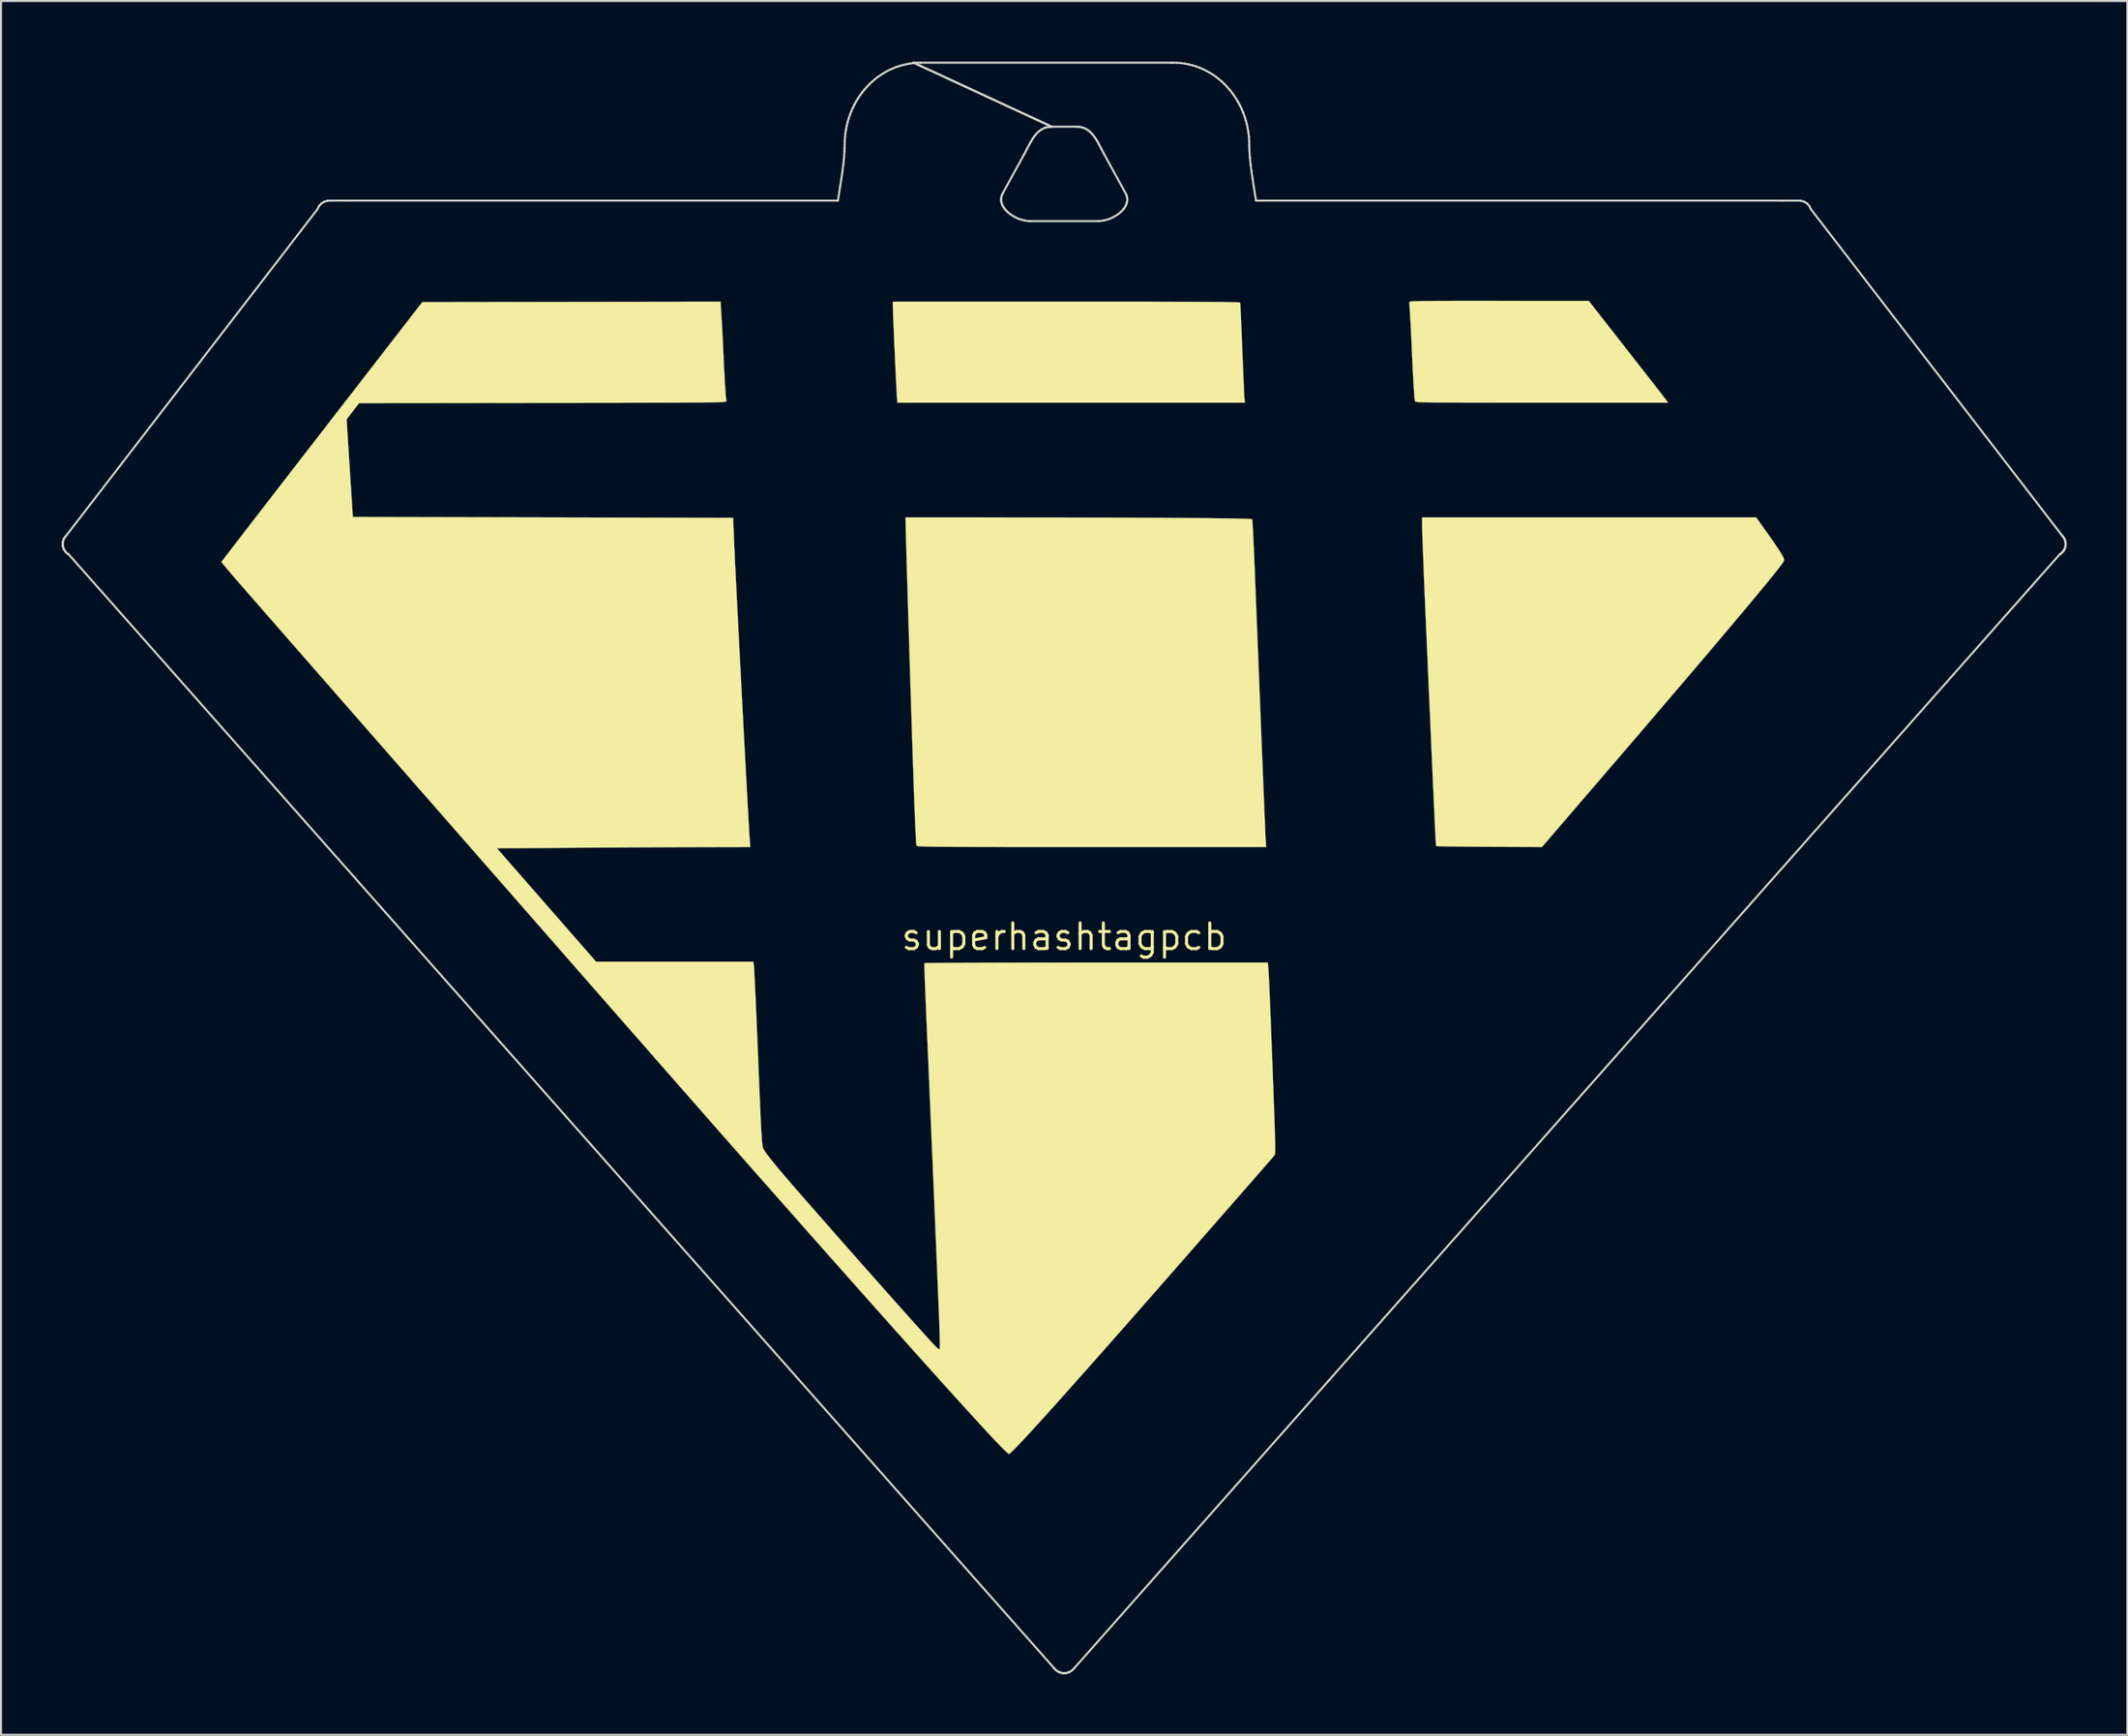
<source format=kicad_pcb>
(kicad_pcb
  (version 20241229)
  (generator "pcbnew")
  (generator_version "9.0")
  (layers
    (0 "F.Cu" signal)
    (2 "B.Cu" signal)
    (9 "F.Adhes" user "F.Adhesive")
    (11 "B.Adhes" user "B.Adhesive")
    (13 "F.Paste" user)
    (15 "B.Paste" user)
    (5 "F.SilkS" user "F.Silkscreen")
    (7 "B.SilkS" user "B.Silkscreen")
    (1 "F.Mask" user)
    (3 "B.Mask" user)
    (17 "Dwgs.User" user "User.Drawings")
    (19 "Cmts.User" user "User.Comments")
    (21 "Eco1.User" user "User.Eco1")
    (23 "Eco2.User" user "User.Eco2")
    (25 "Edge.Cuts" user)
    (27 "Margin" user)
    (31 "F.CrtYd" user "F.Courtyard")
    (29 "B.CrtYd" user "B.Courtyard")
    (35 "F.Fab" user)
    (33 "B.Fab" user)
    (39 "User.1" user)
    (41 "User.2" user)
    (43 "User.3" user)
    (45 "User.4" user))
  (footprint "superhashtagpcb"
    (layer "F.Cu")
    (at 49.55 43.279)
    (property "Reference" "superhashtagpcb" (at 0 0 0) (layer "F.SilkS") (effects (font (size 1.27 1.27) (thickness 0.15))))
    (attr through_hole)
    (fp_poly (pts (xy 27.705 -4.644) (xy 27.768 -4.577) (xy 27.843 -4.469) (xy 27.933 -4.316) (xy 28.042 -4.112) (xy 28.173 -3.853) (xy 28.33 -3.534) (xy 28.516 -3.151) (xy 28.735 -2.698) (xy 28.832 -2.498) (xy 29.025 -2.096) (xy 29.208 -1.717) (xy 29.375 -1.367) (xy 29.525 -1.053) (xy 29.653 -0.782) (xy 29.757 -0.562) (xy 29.832 -0.398) (xy 29.877 -0.297) (xy 29.887 -0.268) (xy 29.859 -0.206) (xy 29.787 -0.106) (xy 29.688 0.012) (xy 29.579 0.129) (xy 29.477 0.227) (xy 29.4 0.287) (xy 29.374 0.296) (xy 29.29 0.267) (xy 29.266 0.243) (xy 29.235 0.188) (xy 29.176 0.071) (xy 29.096 -0.095) (xy 29.001 -0.295) (xy 28.936 -0.433) (xy 28.647 -1.056) (xy 27.076 -1.579) (xy 26.672 -1.714) (xy 26.341 -1.826) (xy 26.077 -1.918) (xy 25.872 -1.991) (xy 25.72 -2.05) (xy 25.613 -2.096) (xy 25.544 -2.132) (xy 25.507 -2.162) (xy 25.493 -2.187) (xy 25.493 -2.187) (xy 25.514 -2.258) (xy 25.578 -2.367) (xy 25.67 -2.494) (xy 25.773 -2.619) (xy 25.872 -2.723) (xy 25.951 -2.785) (xy 25.979 -2.794) (xy 26.033 -2.781) (xy 26.156 -2.744) (xy 26.336 -2.687) (xy 26.563 -2.613) (xy 26.826 -2.526) (xy 27.09 -2.438) (xy 28.143 -2.082) (xy 28.005 -2.385) (xy 27.939 -2.526) (xy 27.845 -2.722) (xy 27.731 -2.954) (xy 27.609 -3.202) (xy 27.522 -3.376) (xy 27.412 -3.6) (xy 27.316 -3.803) (xy 27.241 -3.97) (xy 27.193 -4.088) (xy 27.178 -4.14) (xy 27.204 -4.209) (xy 27.273 -4.318) (xy 27.37 -4.442) (xy 27.375 -4.448) (xy 27.441 -4.528) (xy 27.499 -4.596) (xy 27.55 -4.646) (xy 27.6 -4.674) (xy 27.65 -4.675) (xy 27.705 -4.644)) (stroke (width 0.01) (type solid)) (fill yes) (layer "F.Mask"))
    (fp_poly (pts (xy 23.137 1.273) (xy 23.348 1.33) (xy 23.646 1.472) (xy 23.948 1.672) (xy 24.232 1.91) (xy 24.475 2.169) (xy 24.648 2.413) (xy 24.798 2.748) (xy 24.871 3.09) (xy 24.869 3.43) (xy 24.795 3.756) (xy 24.651 4.058) (xy 24.44 4.324) (xy 24.164 4.543) (xy 24.159 4.546) (xy 23.951 4.675) (xy 24.241 4.931) (xy 24.395 5.067) (xy 24.549 5.204) (xy 24.673 5.316) (xy 24.698 5.339) (xy 24.866 5.493) (xy 24.791 5.607) (xy 24.688 5.748) (xy 24.573 5.879) (xy 24.463 5.984) (xy 24.376 6.045) (xy 24.345 6.054) (xy 24.3 6.027) (xy 24.198 5.949) (xy 24.045 5.825) (xy 23.846 5.661) (xy 23.609 5.462) (xy 23.34 5.233) (xy 23.043 4.979) (xy 22.727 4.705) (xy 22.593 4.589) (xy 22.168 4.217) (xy 21.806 3.897) (xy 21.508 3.63) (xy 21.271 3.413) (xy 21.095 3.247) (xy 20.978 3.129) (xy 20.92 3.059) (xy 20.913 3.041) (xy 20.925 3.006) (xy 22.169 3.006) (xy 22.177 3.059) (xy 22.204 3.115) (xy 22.257 3.181) (xy 22.345 3.27) (xy 22.476 3.391) (xy 22.659 3.553) (xy 22.75 3.632) (xy 22.938 3.796) (xy 23.105 3.938) (xy 23.241 4.05) (xy 23.335 4.123) (xy 23.376 4.149) (xy 23.438 4.131) (xy 23.529 4.089) (xy 23.648 4.006) (xy 23.783 3.882) (xy 23.911 3.742) (xy 24.008 3.611) (xy 24.043 3.543) (xy 24.088 3.307) (xy 24.05 3.067) (xy 23.93 2.825) (xy 23.728 2.585) (xy 23.695 2.553) (xy 23.425 2.326) (xy 23.177 2.178) (xy 22.948 2.106) (xy 22.856 2.098) (xy 22.729 2.104) (xy 22.636 2.135) (xy 22.541 2.206) (xy 22.481 2.262) (xy 22.301 2.495) (xy 22.196 2.763) (xy 22.17 2.944) (xy 22.169 3.006) (xy 20.925 3.006) (xy 20.94 2.965) (xy 21.011 2.856) (xy 21.107 2.734) (xy 21.212 2.62) (xy 21.306 2.535) (xy 21.374 2.498) (xy 21.378 2.498) (xy 21.466 2.524) (xy 21.491 2.543) (xy 21.525 2.545) (xy 21.553 2.472) (xy 21.565 2.407) (xy 21.654 2.103) (xy 21.815 1.818) (xy 22.033 1.572) (xy 22.295 1.382) (xy 22.329 1.364) (xy 22.571 1.28) (xy 22.85 1.249) (xy 23.137 1.273)) (stroke (width 0.01) (type solid)) (fill yes) (layer "F.Mask"))
    (fp_poly (pts (xy 9.487 14.316) (xy 9.522 14.338) (xy 9.575 14.379) (xy 9.684 14.47) (xy 9.841 14.603) (xy 10.038 14.771) (xy 10.268 14.969) (xy 10.524 15.19) (xy 10.797 15.426) (xy 11.08 15.671) (xy 11.365 15.919) (xy 11.644 16.162) (xy 11.911 16.394) (xy 12.156 16.609) (xy 12.372 16.8) (xy 12.552 16.959) (xy 12.689 17.081) (xy 12.773 17.159) (xy 12.774 17.16) (xy 12.871 17.257) (xy 12.936 17.331) (xy 12.954 17.361) (xy 12.928 17.405) (xy 12.861 17.496) (xy 12.764 17.615) (xy 12.736 17.649) (xy 12.598 17.799) (xy 12.493 17.882) (xy 12.41 17.902) (xy 12.338 17.866) (xy 12.327 17.856) (xy 12.293 17.84) (xy 12.278 17.889) (xy 12.277 17.951) (xy 12.24 18.16) (xy 12.14 18.385) (xy 11.991 18.606) (xy 11.807 18.806) (xy 11.603 18.967) (xy 11.401 19.067) (xy 11.137 19.122) (xy 10.843 19.126) (xy 10.556 19.079) (xy 10.458 19.048) (xy 10.143 18.901) (xy 9.83 18.692) (xy 9.541 18.441) (xy 9.301 18.168) (xy 9.248 18.091) (xy 9.069 17.756) (xy 8.968 17.413) (xy 8.943 17.093) (xy 9.737 17.093) (xy 9.775 17.307) (xy 9.882 17.532) (xy 10.045 17.753) (xy 10.252 17.957) (xy 10.489 18.13) (xy 10.745 18.258) (xy 10.837 18.291) (xy 10.939 18.319) (xy 11.008 18.322) (xy 11.089 18.297) (xy 11.12 18.285) (xy 11.31 18.172) (xy 11.472 17.994) (xy 11.595 17.772) (xy 11.664 17.526) (xy 11.669 17.491) (xy 11.691 17.293) (xy 11.071 16.754) (xy 10.451 16.214) (xy 10.327 16.278) (xy 10.103 16.428) (xy 9.923 16.616) (xy 9.797 16.826) (xy 9.739 17.041) (xy 9.737 17.093) (xy 8.943 17.093) (xy 8.941 17.07) (xy 8.988 16.739) (xy 9.107 16.428) (xy 9.295 16.147) (xy 9.552 15.907) (xy 9.628 15.854) (xy 9.734 15.779) (xy 9.804 15.72) (xy 9.82 15.698) (xy 9.791 15.661) (xy 9.708 15.58) (xy 9.584 15.466) (xy 9.431 15.328) (xy 9.377 15.28) (xy 9.216 15.136) (xy 9.081 15.007) (xy 8.983 14.906) (xy 8.935 14.845) (xy 8.932 14.835) (xy 8.959 14.777) (xy 9.027 14.678) (xy 9.119 14.56) (xy 9.22 14.444) (xy 9.311 14.35) (xy 9.346 14.319) (xy 9.411 14.291) (xy 9.487 14.316)) (stroke (width 0.01) (type solid)) (fill yes) (layer "F.Mask"))
    (fp_poly (pts (xy 5.954 20.884) (xy 6.196 20.93) (xy 6.213 20.935) (xy 6.417 21.018) (xy 6.65 21.151) (xy 6.89 21.317) (xy 7.114 21.499) (xy 7.282 21.666) (xy 7.415 21.833) (xy 7.545 22.027) (xy 7.633 22.182) (xy 7.74 22.48) (xy 7.789 22.804) (xy 7.778 23.127) (xy 7.709 23.41) (xy 7.566 23.682) (xy 7.362 23.932) (xy 7.117 24.134) (xy 7.043 24.179) (xy 6.923 24.256) (xy 6.841 24.328) (xy 6.816 24.371) (xy 6.788 24.44) (xy 6.717 24.544) (xy 6.62 24.661) (xy 6.517 24.772) (xy 6.424 24.855) (xy 6.359 24.892) (xy 6.355 24.892) (xy 6.311 24.865) (xy 6.21 24.787) (xy 6.057 24.663) (xy 5.859 24.499) (xy 5.621 24.299) (xy 5.35 24.068) (xy 5.053 23.813) (xy 4.734 23.537) (xy 4.561 23.387) (xy 4.236 23.101) (xy 3.93 22.832) (xy 3.767 22.686) (xy 5.043 22.686) (xy 5.078 22.727) (xy 5.166 22.811) (xy 5.293 22.928) (xy 5.448 23.067) (xy 5.62 23.218) (xy 5.795 23.371) (xy 5.962 23.514) (xy 6.109 23.637) (xy 6.223 23.731) (xy 6.293 23.784) (xy 6.309 23.791) (xy 6.357 23.768) (xy 6.447 23.71) (xy 6.502 23.67) (xy 6.734 23.469) (xy 6.903 23.259) (xy 7.003 23.049) (xy 7.027 22.891) (xy 6.99 22.714) (xy 6.889 22.518) (xy 6.736 22.316) (xy 6.545 22.121) (xy 6.329 21.947) (xy 6.102 21.806) (xy 5.877 21.713) (xy 5.832 21.701) (xy 5.663 21.702) (xy 5.495 21.776) (xy 5.339 21.913) (xy 5.207 22.104) (xy 5.11 22.338) (xy 5.099 22.374) (xy 5.064 22.518) (xy 5.044 22.632) (xy 5.043 22.686) (xy 3.767 22.686) (xy 3.65 22.583) (xy 3.403 22.361) (xy 3.192 22.169) (xy 3.025 22.015) (xy 2.908 21.902) (xy 2.845 21.837) (xy 2.836 21.824) (xy 2.865 21.752) (xy 2.939 21.646) (xy 3.041 21.528) (xy 3.15 21.417) (xy 3.249 21.332) (xy 3.32 21.295) (xy 3.324 21.295) (xy 3.386 21.322) (xy 3.5 21.397) (xy 3.652 21.513) (xy 3.832 21.661) (xy 3.917 21.733) (xy 4.424 22.172) (xy 4.478 21.936) (xy 4.585 21.639) (xy 4.758 21.365) (xy 4.981 21.133) (xy 5.24 20.964) (xy 5.268 20.95) (xy 5.459 20.895) (xy 5.699 20.873) (xy 5.954 20.884)) (stroke (width 0.01) (type solid)) (fill yes) (layer "F.Mask"))
    (fp_poly (pts (xy 15.484 10.017) (xy 15.635 10.036) (xy 15.768 10.075) (xy 15.875 10.121) (xy 16.023 10.202) (xy 16.184 10.309) (xy 16.341 10.428) (xy 16.48 10.546) (xy 16.583 10.651) (xy 16.634 10.728) (xy 16.637 10.744) (xy 16.61 10.794) (xy 16.534 10.899) (xy 16.417 11.048) (xy 16.267 11.232) (xy 16.089 11.443) (xy 15.918 11.642) (xy 15.725 11.866) (xy 15.552 12.07) (xy 15.408 12.245) (xy 15.298 12.383) (xy 15.231 12.474) (xy 15.213 12.509) (xy 15.273 12.581) (xy 15.395 12.644) (xy 15.552 12.69) (xy 15.721 12.709) (xy 15.724 12.709) (xy 15.984 12.67) (xy 16.229 12.549) (xy 16.453 12.35) (xy 16.462 12.341) (xy 16.571 12.205) (xy 16.658 12.063) (xy 16.733 11.898) (xy 16.803 11.69) (xy 16.876 11.42) (xy 16.892 11.356) (xy 16.934 11.239) (xy 16.994 11.185) (xy 17.081 11.193) (xy 17.203 11.264) (xy 17.366 11.396) (xy 17.493 11.508) (xy 17.566 11.587) (xy 17.598 11.65) (xy 17.601 11.718) (xy 17.595 11.766) (xy 17.565 11.872) (xy 17.507 12.025) (xy 17.43 12.201) (xy 17.394 12.277) (xy 17.204 12.596) (xy 16.966 12.89) (xy 16.698 13.143) (xy 16.417 13.334) (xy 16.331 13.378) (xy 15.994 13.494) (xy 15.651 13.532) (xy 15.317 13.491) (xy 15.282 13.481) (xy 14.992 13.366) (xy 14.695 13.19) (xy 14.414 12.968) (xy 14.172 12.72) (xy 14.005 12.487) (xy 13.848 12.142) (xy 13.773 11.788) (xy 13.776 11.583) (xy 14.497 11.583) (xy 14.537 11.782) (xy 14.594 11.912) (xy 14.641 11.99) (xy 14.68 11.999) (xy 14.708 11.975) (xy 14.753 11.924) (xy 14.843 11.822) (xy 14.966 11.681) (xy 15.113 11.514) (xy 15.199 11.415) (xy 15.364 11.225) (xy 15.479 11.088) (xy 15.551 10.994) (xy 15.586 10.932) (xy 15.591 10.893) (xy 15.572 10.865) (xy 15.559 10.854) (xy 15.419 10.79) (xy 15.244 10.76) (xy 15.082 10.772) (xy 14.965 10.832) (xy 14.83 10.944) (xy 14.698 11.087) (xy 14.589 11.238) (xy 14.524 11.376) (xy 14.521 11.384) (xy 14.497 11.583) (xy 13.776 11.583) (xy 13.778 11.434) (xy 13.863 11.089) (xy 14.026 10.761) (xy 14.266 10.459) (xy 14.286 10.438) (xy 14.505 10.243) (xy 14.714 10.114) (xy 14.937 10.041) (xy 15.201 10.013) (xy 15.282 10.012) (xy 15.484 10.017)) (stroke (width 0.01) (type solid)) (fill yes) (layer "F.Mask"))
    (fp_poly (pts (xy 25.463 -1.499) (xy 25.602 -1.484) (xy 25.728 -1.449) (xy 25.875 -1.385) (xy 25.961 -1.343) (xy 26.185 -1.211) (xy 26.422 -1.037) (xy 26.651 -0.838) (xy 26.853 -0.632) (xy 27.008 -0.437) (xy 27.06 -0.353) (xy 27.213 0.004) (xy 27.287 0.36) (xy 27.282 0.706) (xy 27.196 1.036) (xy 27.181 1.073) (xy 27.099 1.219) (xy 26.975 1.385) (xy 26.83 1.55) (xy 26.681 1.694) (xy 26.548 1.795) (xy 26.497 1.822) (xy 26.414 1.866) (xy 26.382 1.904) (xy 26.383 1.906) (xy 26.417 1.944) (xy 26.503 2.027) (xy 26.628 2.144) (xy 26.782 2.284) (xy 26.829 2.326) (xy 26.987 2.47) (xy 27.119 2.595) (xy 27.214 2.69) (xy 27.26 2.744) (xy 27.263 2.75) (xy 27.235 2.808) (xy 27.164 2.904) (xy 27.065 3.019) (xy 26.958 3.134) (xy 26.858 3.231) (xy 26.783 3.29) (xy 26.759 3.3) (xy 26.715 3.273) (xy 26.613 3.195) (xy 26.461 3.071) (xy 26.263 2.907) (xy 26.027 2.707) (xy 25.758 2.478) (xy 25.463 2.224) (xy 25.147 1.95) (xy 25.019 1.838) (xy 24.663 1.526) (xy 24.339 1.239) (xy 24.052 0.982) (xy 23.806 0.759) (xy 23.607 0.574) (xy 23.459 0.432) (xy 23.366 0.337) (xy 23.359 0.328) (xy 24.544 0.328) (xy 25.152 0.861) (xy 25.343 1.027) (xy 25.513 1.172) (xy 25.652 1.288) (xy 25.748 1.365) (xy 25.792 1.395) (xy 25.793 1.396) (xy 25.849 1.376) (xy 25.939 1.328) (xy 25.941 1.326) (xy 26.171 1.151) (xy 26.347 0.95) (xy 26.46 0.736) (xy 26.5 0.524) (xy 26.5 0.52) (xy 26.467 0.314) (xy 26.368 0.107) (xy 26.197 -0.108) (xy 26.07 -0.236) (xy 25.799 -0.46) (xy 25.554 -0.603) (xy 25.33 -0.668) (xy 25.128 -0.654) (xy 24.973 -0.581) (xy 24.854 -0.466) (xy 24.739 -0.294) (xy 24.642 -0.094) (xy 24.579 0.106) (xy 24.571 0.153) (xy 24.544 0.328) (xy 23.359 0.328) (xy 23.333 0.293) (xy 23.355 0.207) (xy 23.436 0.078) (xy 23.519 -0.027) (xy 23.631 -0.152) (xy 23.712 -0.221) (xy 23.78 -0.246) (xy 23.836 -0.245) (xy 23.915 -0.242) (xy 23.955 -0.282) (xy 23.977 -0.378) (xy 24.063 -0.66) (xy 24.216 -0.933) (xy 24.422 -1.175) (xy 24.663 -1.366) (xy 24.731 -1.405) (xy 24.845 -1.456) (xy 24.967 -1.486) (xy 25.125 -1.5) (xy 25.275 -1.502) (xy 25.463 -1.499)) (stroke (width 0.01) (type solid)) (fill yes) (layer "F.Mask"))
    (fp_poly (pts (xy 8.407 18.318) (xy 8.546 18.383) (xy 8.643 18.446) (xy 8.784 18.55) (xy 8.961 18.689) (xy 9.163 18.854) (xy 9.381 19.036) (xy 9.605 19.227) (xy 9.825 19.418) (xy 10.032 19.602) (xy 10.216 19.77) (xy 10.367 19.913) (xy 10.477 20.024) (xy 10.534 20.093) (xy 10.54 20.108) (xy 10.513 20.169) (xy 10.443 20.271) (xy 10.343 20.394) (xy 10.324 20.416) (xy 10.202 20.547) (xy 10.113 20.62) (xy 10.04 20.649) (xy 10 20.649) (xy 9.925 20.653) (xy 9.884 20.698) (xy 9.857 20.796) (xy 9.816 20.931) (xy 9.752 21.089) (xy 9.72 21.156) (xy 9.535 21.444) (xy 9.311 21.672) (xy 9.057 21.836) (xy 8.784 21.93) (xy 8.501 21.951) (xy 8.221 21.893) (xy 7.939 21.755) (xy 7.707 21.555) (xy 7.543 21.333) (xy 7.47 21.207) (xy 7.43 21.106) (xy 7.413 20.996) (xy 7.414 20.846) (xy 7.416 20.786) (xy 7.431 20.685) (xy 8.207 20.685) (xy 8.241 20.862) (xy 8.334 21.001) (xy 8.41 21.056) (xy 8.557 21.113) (xy 8.687 21.104) (xy 8.824 21.027) (xy 8.893 20.968) (xy 9.079 20.76) (xy 9.201 20.519) (xy 9.262 20.285) (xy 9.302 20.063) (xy 9.067 19.853) (xy 8.95 19.752) (xy 8.858 19.677) (xy 8.808 19.643) (xy 8.805 19.643) (xy 8.771 19.675) (xy 8.701 19.759) (xy 8.61 19.88) (xy 8.509 20.018) (xy 8.412 20.157) (xy 8.331 20.28) (xy 8.328 20.285) (xy 8.236 20.488) (xy 8.207 20.685) (xy 7.431 20.685) (xy 7.457 20.499) (xy 7.558 20.203) (xy 7.724 19.887) (xy 7.959 19.542) (xy 7.994 19.494) (xy 8.111 19.339) (xy 8.18 19.235) (xy 8.21 19.17) (xy 8.207 19.13) (xy 8.182 19.103) (xy 8.049 19.053) (xy 7.89 19.081) (xy 7.708 19.186) (xy 7.699 19.193) (xy 7.548 19.326) (xy 7.41 19.49) (xy 7.271 19.702) (xy 7.122 19.976) (xy 7.091 20.039) (xy 7.01 20.192) (xy 6.939 20.313) (xy 6.887 20.383) (xy 6.873 20.394) (xy 6.817 20.376) (xy 6.72 20.315) (xy 6.602 20.226) (xy 6.483 20.125) (xy 6.382 20.028) (xy 6.323 19.957) (xy 6.301 19.911) (xy 6.301 19.856) (xy 6.329 19.778) (xy 6.391 19.659) (xy 6.488 19.493) (xy 6.665 19.223) (xy 6.873 18.962) (xy 7.094 18.725) (xy 7.314 18.527) (xy 7.518 18.386) (xy 7.58 18.354) (xy 7.862 18.26) (xy 8.134 18.247) (xy 8.407 18.318)) (stroke (width 0.01) (type solid)) (fill yes) (layer "F.Mask"))
    (fp_poly (pts (xy 20.587 4.079) (xy 20.707 4.108) (xy 20.834 4.162) (xy 20.979 4.247) (xy 21.149 4.368) (xy 21.354 4.53) (xy 21.602 4.738) (xy 21.902 4.997) (xy 21.95 5.039) (xy 22.183 5.243) (xy 22.395 5.43) (xy 22.578 5.593) (xy 22.724 5.724) (xy 22.824 5.815) (xy 22.869 5.859) (xy 22.87 5.86) (xy 22.895 5.914) (xy 22.887 5.974) (xy 22.839 6.055) (xy 22.742 6.174) (xy 22.684 6.239) (xy 22.562 6.369) (xy 22.474 6.441) (xy 22.405 6.467) (xy 22.367 6.465) (xy 22.3 6.465) (xy 22.258 6.508) (xy 22.222 6.614) (xy 22.221 6.62) (xy 22.109 6.919) (xy 21.945 7.196) (xy 21.745 7.432) (xy 21.523 7.608) (xy 21.461 7.642) (xy 21.247 7.722) (xy 21.007 7.766) (xy 20.779 7.769) (xy 20.673 7.751) (xy 20.486 7.679) (xy 20.288 7.564) (xy 20.115 7.431) (xy 20.047 7.361) (xy 19.896 7.153) (xy 19.808 6.955) (xy 19.775 6.737) (xy 19.777 6.587) (xy 19.799 6.411) (xy 20.578 6.411) (xy 20.583 6.605) (xy 20.657 6.772) (xy 20.698 6.819) (xy 20.837 6.92) (xy 20.979 6.941) (xy 21.131 6.882) (xy 21.254 6.787) (xy 21.405 6.629) (xy 21.512 6.459) (xy 21.59 6.247) (xy 21.619 6.138) (xy 21.676 5.905) (xy 21.432 5.683) (xy 21.313 5.578) (xy 21.219 5.5) (xy 21.166 5.462) (xy 21.161 5.461) (xy 21.126 5.494) (xy 21.058 5.581) (xy 20.969 5.705) (xy 20.87 5.848) (xy 20.774 5.993) (xy 20.693 6.122) (xy 20.643 6.21) (xy 20.578 6.411) (xy 19.799 6.411) (xy 19.806 6.358) (xy 19.875 6.128) (xy 19.989 5.883) (xy 20.154 5.609) (xy 20.331 5.355) (xy 20.607 4.974) (xy 20.488 4.915) (xy 20.383 4.878) (xy 20.282 4.893) (xy 20.238 4.91) (xy 20.095 5) (xy 19.934 5.152) (xy 19.769 5.349) (xy 19.613 5.577) (xy 19.481 5.816) (xy 19.397 5.977) (xy 19.32 6.108) (xy 19.26 6.191) (xy 19.238 6.209) (xy 19.171 6.195) (xy 19.069 6.133) (xy 18.951 6.04) (xy 18.835 5.931) (xy 18.74 5.823) (xy 18.685 5.734) (xy 18.678 5.711) (xy 18.697 5.614) (xy 18.761 5.469) (xy 18.863 5.292) (xy 18.991 5.097) (xy 19.136 4.9) (xy 19.289 4.717) (xy 19.384 4.615) (xy 19.619 4.394) (xy 19.83 4.239) (xy 20.033 4.139) (xy 20.243 4.086) (xy 20.338 4.075) (xy 20.467 4.069) (xy 20.587 4.079)) (stroke (width 0.01) (type solid)) (fill yes) (layer "F.Mask"))
    (fp_poly (pts (xy 12.834 12.388) (xy 12.935 12.464) (xy 13.082 12.582) (xy 13.267 12.734) (xy 13.481 12.913) (xy 13.716 13.112) (xy 13.963 13.324) (xy 14.213 13.54) (xy 14.459 13.754) (xy 14.691 13.959) (xy 14.901 14.146) (xy 15.08 14.309) (xy 15.221 14.441) (xy 15.314 14.533) (xy 15.336 14.558) (xy 15.552 14.867) (xy 15.684 15.177) (xy 15.731 15.49) (xy 15.694 15.806) (xy 15.572 16.127) (xy 15.501 16.255) (xy 15.383 16.426) (xy 15.233 16.611) (xy 15.063 16.796) (xy 14.886 16.969) (xy 14.714 17.12) (xy 14.561 17.234) (xy 14.439 17.302) (xy 14.384 17.314) (xy 14.326 17.288) (xy 14.226 17.217) (xy 14.105 17.117) (xy 14.084 17.099) (xy 13.968 16.986) (xy 13.882 16.884) (xy 13.844 16.814) (xy 13.843 16.807) (xy 13.88 16.741) (xy 13.99 16.642) (xy 14.168 16.513) (xy 14.204 16.489) (xy 14.502 16.265) (xy 14.724 16.04) (xy 14.869 15.818) (xy 14.934 15.602) (xy 14.92 15.395) (xy 14.824 15.199) (xy 14.792 15.159) (xy 14.696 15.06) (xy 14.636 15.035) (xy 14.608 15.085) (xy 14.605 15.135) (xy 14.571 15.303) (xy 14.478 15.497) (xy 14.34 15.7) (xy 14.171 15.893) (xy 13.986 16.06) (xy 13.8 16.183) (xy 13.698 16.228) (xy 13.381 16.295) (xy 13.061 16.282) (xy 12.732 16.189) (xy 12.39 16.013) (xy 12.302 15.957) (xy 11.982 15.713) (xy 11.733 15.451) (xy 11.541 15.156) (xy 11.498 15.071) (xy 11.436 14.934) (xy 11.398 14.819) (xy 11.377 14.697) (xy 11.368 14.542) (xy 11.367 14.372) (xy 11.367 14.34) (xy 12.138 14.34) (xy 12.166 14.534) (xy 12.269 14.755) (xy 12.435 14.976) (xy 12.644 15.178) (xy 12.877 15.342) (xy 13.074 15.435) (xy 13.21 15.478) (xy 13.308 15.488) (xy 13.407 15.464) (xy 13.476 15.436) (xy 13.66 15.316) (xy 13.817 15.125) (xy 13.941 14.875) (xy 14.006 14.654) (xy 14.044 14.483) (xy 13.452 13.966) (xy 12.859 13.448) (xy 12.727 13.521) (xy 12.477 13.692) (xy 12.292 13.892) (xy 12.177 14.111) (xy 12.138 14.34) (xy 11.367 14.34) (xy 11.369 14.169) (xy 11.379 14.025) (xy 11.402 13.914) (xy 11.441 13.811) (xy 11.486 13.723) (xy 11.657 13.456) (xy 11.865 13.226) (xy 12.089 13.056) (xy 12.128 13.034) (xy 12.238 12.966) (xy 12.306 12.903) (xy 12.319 12.876) (xy 12.347 12.807) (xy 12.42 12.704) (xy 12.518 12.588) (xy 12.624 12.479) (xy 12.719 12.396) (xy 12.784 12.361) (xy 12.787 12.361) (xy 12.834 12.388)) (stroke (width 0.01) (type solid)) (fill yes) (layer "F.Mask"))
    (fp_poly (pts (xy 17.221 5.744) (xy 17.326 5.822) (xy 17.478 5.944) (xy 17.671 6.103) (xy 17.896 6.293) (xy 18.147 6.507) (xy 18.417 6.74) (xy 18.697 6.984) (xy 18.981 7.234) (xy 19.262 7.482) (xy 19.531 7.722) (xy 19.783 7.948) (xy 20.008 8.154) (xy 20.201 8.333) (xy 20.353 8.478) (xy 20.458 8.583) (xy 20.507 8.643) (xy 20.511 8.65) (xy 20.484 8.719) (xy 20.415 8.826) (xy 20.322 8.95) (xy 20.221 9.07) (xy 20.131 9.162) (xy 20.073 9.204) (xy 20.044 9.214) (xy 20.012 9.212) (xy 19.968 9.194) (xy 19.905 9.152) (xy 19.813 9.081) (xy 19.685 8.975) (xy 19.513 8.827) (xy 19.288 8.632) (xy 19.193 8.55) (xy 18.987 8.371) (xy 18.803 8.214) (xy 18.649 8.084) (xy 18.535 7.991) (xy 18.471 7.943) (xy 18.461 7.938) (xy 18.424 7.967) (xy 18.343 8.049) (xy 18.231 8.17) (xy 18.098 8.317) (xy 18.097 8.319) (xy 17.931 8.507) (xy 17.752 8.71) (xy 17.587 8.897) (xy 17.498 8.998) (xy 17.234 9.297) (xy 17.994 9.962) (xy 18.207 10.151) (xy 18.397 10.324) (xy 18.555 10.473) (xy 18.673 10.589) (xy 18.74 10.663) (xy 18.754 10.686) (xy 18.726 10.752) (xy 18.656 10.854) (xy 18.558 10.975) (xy 18.451 11.094) (xy 18.351 11.192) (xy 18.274 11.251) (xy 18.25 11.26) (xy 18.205 11.233) (xy 18.103 11.155) (xy 17.951 11.032) (xy 17.756 10.87) (xy 17.523 10.674) (xy 17.26 10.449) (xy 16.973 10.202) (xy 16.701 9.965) (xy 16.309 9.624) (xy 15.977 9.334) (xy 15.7 9.092) (xy 15.472 8.892) (xy 15.288 8.73) (xy 15.146 8.601) (xy 15.039 8.502) (xy 14.963 8.428) (xy 14.913 8.374) (xy 14.886 8.336) (xy 14.875 8.31) (xy 14.877 8.291) (xy 14.887 8.274) (xy 14.901 8.256) (xy 14.905 8.248) (xy 14.97 8.153) (xy 15.066 8.038) (xy 15.176 7.922) (xy 15.281 7.823) (xy 15.364 7.76) (xy 15.397 7.747) (xy 15.447 7.774) (xy 15.549 7.848) (xy 15.691 7.96) (xy 15.862 8.103) (xy 16.027 8.244) (xy 16.212 8.405) (xy 16.376 8.546) (xy 16.507 8.656) (xy 16.595 8.729) (xy 16.629 8.753) (xy 16.666 8.726) (xy 16.746 8.646) (xy 16.861 8.523) (xy 17.001 8.369) (xy 17.154 8.196) (xy 17.311 8.015) (xy 17.463 7.837) (xy 17.6 7.674) (xy 17.711 7.537) (xy 17.786 7.439) (xy 17.816 7.389) (xy 17.816 7.387) (xy 17.784 7.345) (xy 17.699 7.259) (xy 17.575 7.143) (xy 17.423 7.008) (xy 17.404 6.99) (xy 17.162 6.78) (xy 16.978 6.617) (xy 16.843 6.495) (xy 16.752 6.405) (xy 16.697 6.341) (xy 16.671 6.294) (xy 16.668 6.258) (xy 16.68 6.224) (xy 16.69 6.205) (xy 16.767 6.089) (xy 16.871 5.963) (xy 16.984 5.847) (xy 17.087 5.759) (xy 17.162 5.718) (xy 17.172 5.717) (xy 17.221 5.744)) (stroke (width 0.01) (type solid)) (fill yes) (layer "F.Mask"))
    (fp_poly (pts (xy 2.078 23.05) (xy 2.124 23.092) (xy 2.206 23.191) (xy 2.313 23.331) (xy 2.434 23.499) (xy 2.451 23.523) (xy 2.765 23.973) (xy 3.029 23.688) (xy 3.163 23.547) (xy 3.26 23.466) (xy 3.34 23.443) (xy 3.423 23.476) (xy 3.532 23.564) (xy 3.612 23.637) (xy 3.695 23.721) (xy 3.735 23.792) (xy 3.729 23.867) (xy 3.673 23.963) (xy 3.564 24.096) (xy 3.5 24.168) (xy 3.358 24.326) (xy 3.264 24.435) (xy 3.215 24.514) (xy 3.209 24.583) (xy 3.242 24.658) (xy 3.311 24.76) (xy 3.387 24.868) (xy 3.487 25.008) (xy 3.571 25.117) (xy 3.626 25.18) (xy 3.638 25.188) (xy 3.678 25.159) (xy 3.758 25.079) (xy 3.864 24.965) (xy 3.911 24.913) (xy 4.027 24.789) (xy 4.127 24.694) (xy 4.195 24.643) (xy 4.209 24.638) (xy 4.267 24.665) (xy 4.362 24.736) (xy 4.464 24.824) (xy 4.553 24.908) (xy 4.608 24.975) (xy 4.625 25.038) (xy 4.601 25.112) (xy 4.533 25.212) (xy 4.415 25.352) (xy 4.301 25.483) (xy 4.025 25.799) (xy 4.122 25.928) (xy 4.254 26.106) (xy 4.384 26.291) (xy 4.503 26.466) (xy 4.601 26.618) (xy 4.67 26.733) (xy 4.699 26.795) (xy 4.699 26.798) (xy 4.671 26.871) (xy 4.6 26.973) (xy 4.506 27.08) (xy 4.412 27.169) (xy 4.337 27.217) (xy 4.321 27.22) (xy 4.26 27.184) (xy 4.162 27.079) (xy 4.03 26.908) (xy 3.935 26.776) (xy 3.817 26.609) (xy 3.715 26.47) (xy 3.64 26.374) (xy 3.601 26.332) (xy 3.599 26.331) (xy 3.543 26.362) (xy 3.466 26.438) (xy 3.388 26.533) (xy 3.33 26.622) (xy 3.313 26.68) (xy 3.313 26.681) (xy 3.346 26.737) (xy 3.417 26.846) (xy 3.516 26.993) (xy 3.634 27.162) (xy 3.637 27.166) (xy 3.752 27.336) (xy 3.848 27.486) (xy 3.912 27.6) (xy 3.937 27.662) (xy 3.937 27.663) (xy 3.907 27.752) (xy 3.831 27.862) (xy 3.733 27.967) (xy 3.634 28.043) (xy 3.569 28.066) (xy 3.515 28.049) (xy 3.445 27.989) (xy 3.352 27.877) (xy 3.227 27.706) (xy 3.169 27.622) (xy 3.051 27.455) (xy 2.949 27.317) (xy 2.873 27.22) (xy 2.833 27.179) (xy 2.831 27.178) (xy 2.785 27.209) (xy 2.739 27.264) (xy 2.667 27.355) (xy 2.57 27.465) (xy 2.466 27.574) (xy 2.372 27.666) (xy 2.307 27.72) (xy 2.29 27.728) (xy 2.231 27.7) (xy 2.139 27.627) (xy 2.035 27.531) (xy 1.941 27.433) (xy 1.878 27.352) (xy 1.863 27.317) (xy 1.89 27.258) (xy 1.962 27.156) (xy 2.067 27.025) (xy 2.138 26.944) (xy 2.256 26.807) (xy 2.348 26.692) (xy 2.403 26.612) (xy 2.413 26.589) (xy 2.39 26.535) (xy 2.329 26.431) (xy 2.241 26.295) (xy 2.194 26.227) (xy 1.975 25.912) (xy 1.803 26.111) (xy 1.647 26.287) (xy 1.535 26.404) (xy 1.459 26.473) (xy 1.409 26.499) (xy 1.398 26.501) (xy 1.338 26.472) (xy 1.246 26.4) (xy 1.142 26.305) (xy 1.049 26.207) (xy 0.987 26.127) (xy 0.974 26.095) (xy 1 26.041) (xy 1.072 25.941) (xy 1.178 25.809) (xy 1.274 25.697) (xy 1.54 25.396) (xy 2.397 25.396) (xy 2.627 25.735) (xy 2.728 25.881) (xy 2.813 25.995) (xy 2.869 26.063) (xy 2.884 26.076) (xy 2.923 26.047) (xy 2.996 25.97) (xy 3.058 25.897) (xy 3.205 25.718) (xy 2.972 25.386) (xy 2.739 25.054) (xy 2.397 25.396) (xy 1.54 25.396) (xy 1.575 25.356) (xy 1.501 25.241) (xy 1.444 25.156) (xy 1.353 25.025) (xy 1.243 24.867) (xy 1.175 24.77) (xy 1.068 24.617) (xy 0.98 24.486) (xy 0.921 24.394) (xy 0.905 24.364) (xy 0.918 24.298) (xy 0.979 24.202) (xy 1.068 24.097) (xy 1.165 24.005) (xy 1.252 23.948) (xy 1.286 23.939) (xy 1.342 23.962) (xy 1.42 24.033) (xy 1.527 24.162) (xy 1.67 24.354) (xy 1.699 24.394) (xy 2.022 24.849) (xy 2.176 24.662) (xy 2.329 24.475) (xy 1.984 23.982) (xy 1.849 23.786) (xy 1.756 23.646) (xy 1.701 23.549) (xy 1.676 23.482) (xy 1.676 23.433) (xy 1.693 23.389) (xy 1.769 23.279) (xy 1.867 23.174) (xy 1.968 23.091) (xy 2.05 23.05) (xy 2.078 23.05)) (stroke (width 0.01) (type solid)) (fill yes) (layer "F.Mask"))
    (fp_poly (pts (xy 1.145 -31.411) (xy 2.102 -31.411) (xy 2.979 -31.41) (xy 3.781 -31.41) (xy 4.51 -31.409) (xy 5.169 -31.407) (xy 5.761 -31.406) (xy 6.288 -31.404) (xy 6.755 -31.402) (xy 7.163 -31.399) (xy 7.516 -31.396) (xy 7.816 -31.393) (xy 8.067 -31.389) (xy 8.271 -31.385) (xy 8.432 -31.381) (xy 8.552 -31.376) (xy 8.634 -31.37) (xy 8.682 -31.365) (xy 8.697 -31.358) (xy 8.702 -31.307) (xy 8.71 -31.179) (xy 8.72 -30.983) (xy 8.732 -30.726) (xy 8.746 -30.416) (xy 8.761 -30.062) (xy 8.778 -29.672) (xy 8.795 -29.253) (xy 8.802 -29.062) (xy 8.82 -28.627) (xy 8.837 -28.213) (xy 8.853 -27.827) (xy 8.868 -27.479) (xy 8.881 -27.177) (xy 8.892 -26.931) (xy 8.902 -26.748) (xy 8.908 -26.638) (xy 8.91 -26.617) (xy 8.928 -26.416) (xy -8.246 -26.416) (xy -8.273 -26.829) (xy -8.282 -26.989) (xy -8.295 -27.215) (xy -8.309 -27.495) (xy -8.325 -27.818) (xy -8.342 -28.173) (xy -8.359 -28.551) (xy -8.377 -28.94) (xy -8.394 -29.329) (xy -8.411 -29.708) (xy -8.426 -30.066) (xy -8.44 -30.392) (xy -8.451 -30.676) (xy -8.46 -30.907) (xy -8.465 -31.073) (xy -8.467 -31.161) (xy -8.467 -31.411) (xy 0.107 -31.411) (xy 1.145 -31.411)) (stroke (width 0.01) (type solid)) (fill yes) (layer "F.SilkS"))
    (fp_poly (pts (xy 20.956 -31.452) (xy 21.495 -31.451) (xy 25.929 -31.449) (xy 27.75 -29.121) (xy 28.057 -28.728) (xy 28.352 -28.35) (xy 28.631 -27.993) (xy 28.888 -27.664) (xy 29.118 -27.368) (xy 29.318 -27.112) (xy 29.482 -26.901) (xy 29.607 -26.74) (xy 29.687 -26.637) (xy 29.711 -26.605) (xy 29.853 -26.416) (xy 23.608 -26.416) (xy 22.757 -26.416) (xy 21.987 -26.416) (xy 21.294 -26.416) (xy 20.674 -26.417) (xy 20.122 -26.418) (xy 19.634 -26.419) (xy 19.207 -26.42) (xy 18.837 -26.422) (xy 18.519 -26.424) (xy 18.25 -26.427) (xy 18.025 -26.43) (xy 17.841 -26.434) (xy 17.693 -26.438) (xy 17.577 -26.444) (xy 17.49 -26.449) (xy 17.427 -26.456) (xy 17.385 -26.464) (xy 17.359 -26.472) (xy 17.345 -26.481) (xy 17.34 -26.49) (xy 17.327 -26.569) (xy 17.311 -26.724) (xy 17.294 -26.947) (xy 17.275 -27.23) (xy 17.255 -27.565) (xy 17.234 -27.944) (xy 17.214 -28.358) (xy 17.194 -28.799) (xy 17.187 -28.977) (xy 17.172 -29.317) (xy 17.156 -29.669) (xy 17.139 -30.01) (xy 17.123 -30.321) (xy 17.109 -30.58) (xy 17.102 -30.692) (xy 17.087 -30.916) (xy 17.075 -31.115) (xy 17.066 -31.269) (xy 17.061 -31.364) (xy 17.061 -31.38) (xy 17.064 -31.391) (xy 17.077 -31.402) (xy 17.105 -31.411) (xy 17.152 -31.419) (xy 17.223 -31.426) (xy 17.323 -31.432) (xy 17.457 -31.437) (xy 17.629 -31.441) (xy 17.844 -31.445) (xy 18.107 -31.447) (xy 18.423 -31.449) (xy 18.796 -31.45) (xy 19.231 -31.451) (xy 19.733 -31.452) (xy 20.306 -31.452) (xy 20.956 -31.452)) (stroke (width 0.01) (type solid)) (fill yes) (layer "F.SilkS"))
    (fp_poly (pts (xy 34.737 -19.992) (xy 34.908 -19.75) (xy 35.073 -19.512) (xy 35.222 -19.292) (xy 35.345 -19.107) (xy 35.431 -18.972) (xy 35.443 -18.953) (xy 35.528 -18.805) (xy 35.574 -18.708) (xy 35.586 -18.641) (xy 35.57 -18.583) (xy 35.559 -18.562) (xy 35.5 -18.47) (xy 35.385 -18.316) (xy 35.215 -18.099) (xy 34.992 -17.821) (xy 34.716 -17.482) (xy 34.387 -17.082) (xy 34.005 -16.623) (xy 33.573 -16.106) (xy 33.089 -15.53) (xy 32.555 -14.897) (xy 31.972 -14.208) (xy 31.34 -13.463) (xy 30.659 -12.663) (xy 29.93 -11.808) (xy 29.154 -10.9) (xy 28.332 -9.939) (xy 27.463 -8.925) (xy 26.549 -7.86) (xy 26.17 -7.419) (xy 23.615 -4.445) (xy 21.343 -4.454) (xy 20.9 -4.456) (xy 20.472 -4.458) (xy 20.069 -4.46) (xy 19.7 -4.463) (xy 19.375 -4.466) (xy 19.104 -4.469) (xy 18.894 -4.472) (xy 18.756 -4.475) (xy 18.726 -4.476) (xy 18.381 -4.491) (xy 18.354 -4.923) (xy 18.347 -5.042) (xy 18.337 -5.243) (xy 18.324 -5.524) (xy 18.307 -5.888) (xy 18.287 -6.333) (xy 18.263 -6.86) (xy 18.235 -7.469) (xy 18.204 -8.161) (xy 18.17 -8.936) (xy 18.132 -9.793) (xy 18.091 -10.734) (xy 18.046 -11.758) (xy 17.997 -12.866) (xy 17.945 -14.058) (xy 17.889 -15.334) (xy 17.844 -16.377) (xy 17.82 -16.92) (xy 17.798 -17.448) (xy 17.777 -17.954) (xy 17.758 -18.43) (xy 17.741 -18.868) (xy 17.726 -19.262) (xy 17.714 -19.604) (xy 17.704 -19.886) (xy 17.698 -20.1) (xy 17.695 -20.239) (xy 17.695 -20.261) (xy 17.695 -20.743) (xy 34.204 -20.743) (xy 34.737 -19.992)) (stroke (width 0.01) (type solid)) (fill yes) (layer "F.SilkS"))
    (fp_poly (pts (xy -1.499 -20.74) (xy -0.42 -20.739) (xy 0.616 -20.737) (xy 1.607 -20.735) (xy 2.549 -20.732) (xy 3.441 -20.729) (xy 4.28 -20.725) (xy 5.063 -20.721) (xy 5.789 -20.716) (xy 6.453 -20.711) (xy 7.054 -20.705) (xy 7.59 -20.699) (xy 8.057 -20.693) (xy 8.454 -20.686) (xy 8.777 -20.678) (xy 9.024 -20.671) (xy 9.193 -20.663) (xy 9.28 -20.655) (xy 9.293 -20.651) (xy 9.299 -20.605) (xy 9.308 -20.482) (xy 9.32 -20.289) (xy 9.334 -20.033) (xy 9.349 -19.722) (xy 9.366 -19.364) (xy 9.384 -18.965) (xy 9.402 -18.533) (xy 9.421 -18.075) (xy 9.422 -18.049) (xy 9.473 -16.746) (xy 9.522 -15.525) (xy 9.567 -14.385) (xy 9.61 -13.322) (xy 9.649 -12.333) (xy 9.686 -11.418) (xy 9.719 -10.573) (xy 9.75 -9.796) (xy 9.779 -9.084) (xy 9.805 -8.436) (xy 9.829 -7.848) (xy 9.85 -7.319) (xy 9.87 -6.845) (xy 9.887 -6.426) (xy 9.902 -6.057) (xy 9.916 -5.738) (xy 9.927 -5.465) (xy 9.937 -5.236) (xy 9.945 -5.049) (xy 9.952 -4.901) (xy 9.958 -4.791) (xy 9.962 -4.714) (xy 9.965 -4.67) (xy 9.965 -4.667) (xy 9.985 -4.445) (xy 1.354 -4.445) (xy 0.348 -4.445) (xy -0.578 -4.445) (xy -1.426 -4.445) (xy -2.199 -4.446) (xy -2.901 -4.446) (xy -3.536 -4.447) (xy -4.106 -4.448) (xy -4.616 -4.449) (xy -5.069 -4.45) (xy -5.467 -4.452) (xy -5.815 -4.454) (xy -6.116 -4.456) (xy -6.374 -4.459) (xy -6.591 -4.463) (xy -6.771 -4.466) (xy -6.918 -4.47) (xy -7.034 -4.475) (xy -7.125 -4.48) (xy -7.192 -4.486) (xy -7.239 -4.492) (xy -7.27 -4.499) (xy -7.288 -4.507) (xy -7.297 -4.515) (xy -7.298 -4.519) (xy -7.306 -4.566) (xy -7.315 -4.657) (xy -7.325 -4.796) (xy -7.336 -4.985) (xy -7.348 -5.225) (xy -7.362 -5.519) (xy -7.376 -5.869) (xy -7.393 -6.277) (xy -7.41 -6.746) (xy -7.43 -7.278) (xy -7.45 -7.874) (xy -7.473 -8.538) (xy -7.498 -9.271) (xy -7.524 -10.076) (xy -7.552 -10.955) (xy -7.582 -11.909) (xy -7.615 -12.942) (xy -7.65 -14.055) (xy -7.682 -15.113) (xy -7.7 -15.674) (xy -7.717 -16.235) (xy -7.733 -16.788) (xy -7.749 -17.323) (xy -7.765 -17.831) (xy -7.778 -18.3) (xy -7.791 -18.724) (xy -7.801 -19.09) (xy -7.81 -19.391) (xy -7.815 -19.611) (xy -7.845 -20.743) (xy -1.499 -20.74)) (stroke (width 0.01) (type solid)) (fill yes) (layer "F.SilkS"))
    (fp_poly (pts (xy -16.975 -31.295) (xy -16.972 -31.21) (xy -16.964 -31.061) (xy -16.952 -30.866) (xy -16.938 -30.647) (xy -16.935 -30.607) (xy -16.922 -30.395) (xy -16.906 -30.12) (xy -16.889 -29.802) (xy -16.873 -29.464) (xy -16.857 -29.125) (xy -16.851 -28.977) (xy -16.831 -28.547) (xy -16.811 -28.134) (xy -16.791 -27.748) (xy -16.771 -27.397) (xy -16.751 -27.09) (xy -16.733 -26.837) (xy -16.716 -26.645) (xy -16.702 -26.524) (xy -16.696 -26.49) (xy -16.696 -26.482) (xy -16.705 -26.474) (xy -16.725 -26.467) (xy -16.76 -26.46) (xy -16.814 -26.454) (xy -16.889 -26.449) (xy -16.989 -26.444) (xy -17.117 -26.439) (xy -17.276 -26.435) (xy -17.47 -26.432) (xy -17.703 -26.428) (xy -17.976 -26.425) (xy -18.295 -26.423) (xy -18.661 -26.42) (xy -19.079 -26.418) (xy -19.551 -26.416) (xy -20.082 -26.415) (xy -20.674 -26.413) (xy -21.33 -26.412) (xy -22.054 -26.41) (xy -22.849 -26.409) (xy -23.719 -26.408) (xy -24.667 -26.407) (xy -25.696 -26.406) (xy -25.763 -26.406) (xy -34.852 -26.395) (xy -35.161 -25.993) (xy -35.469 -25.59) (xy -35.327 -23.347) (xy -35.299 -22.914) (xy -35.273 -22.502) (xy -35.248 -22.119) (xy -35.226 -21.775) (xy -35.207 -21.478) (xy -35.191 -21.236) (xy -35.18 -21.059) (xy -35.172 -20.954) (xy -35.171 -20.934) (xy -35.158 -20.765) (xy -16.362 -20.722) (xy -16.332 -19.897) (xy -16.324 -19.706) (xy -16.313 -19.442) (xy -16.297 -19.109) (xy -16.279 -18.714) (xy -16.257 -18.261) (xy -16.232 -17.756) (xy -16.204 -17.206) (xy -16.175 -16.615) (xy -16.143 -15.989) (xy -16.109 -15.335) (xy -16.075 -14.656) (xy -16.039 -13.96) (xy -16.002 -13.252) (xy -15.965 -12.537) (xy -15.927 -11.822) (xy -15.89 -11.111) (xy -15.853 -10.41) (xy -15.817 -9.725) (xy -15.782 -9.062) (xy -15.747 -8.426) (xy -15.715 -7.823) (xy -15.684 -7.258) (xy -15.656 -6.737) (xy -15.629 -6.266) (xy -15.606 -5.85) (xy -15.586 -5.496) (xy -15.569 -5.208) (xy -15.555 -4.992) (xy -15.546 -4.854) (xy -15.544 -4.837) (xy -15.512 -4.445) (xy -18.032 -4.439) (xy -18.485 -4.437) (xy -19.01 -4.436) (xy -19.594 -4.433) (xy -20.224 -4.43) (xy -20.887 -4.427) (xy -21.57 -4.424) (xy -22.261 -4.42) (xy -22.946 -4.416) (xy -23.614 -4.412) (xy -24.25 -4.407) (xy -24.295 -4.407) (xy -28.037 -4.381) (xy -25.587 -1.577) (xy -23.137 1.228) (xy -15.369 1.228) (xy -15.348 1.323) (xy -15.34 1.394) (xy -15.329 1.546) (xy -15.316 1.777) (xy -15.3 2.082) (xy -15.281 2.46) (xy -15.26 2.906) (xy -15.237 3.417) (xy -15.212 3.991) (xy -15.185 4.623) (xy -15.156 5.311) (xy -15.126 6.052) (xy -15.113 6.371) (xy -15.086 7.048) (xy -15.061 7.645) (xy -15.039 8.167) (xy -15.019 8.62) (xy -15.002 9.009) (xy -14.985 9.34) (xy -14.97 9.616) (xy -14.956 9.843) (xy -14.943 10.026) (xy -14.93 10.171) (xy -14.917 10.283) (xy -14.903 10.366) (xy -14.89 10.425) (xy -14.875 10.467) (xy -14.87 10.477) (xy -14.806 10.585) (xy -14.704 10.732) (xy -14.56 10.921) (xy -14.374 11.155) (xy -14.142 11.437) (xy -13.862 11.769) (xy -13.531 12.156) (xy -13.148 12.598) (xy -12.745 13.06) (xy -12.238 13.638) (xy -11.73 14.216) (xy -11.226 14.79) (xy -10.728 15.356) (xy -10.239 15.909) (xy -9.764 16.448) (xy -9.304 16.967) (xy -8.865 17.462) (xy -8.448 17.931) (xy -8.058 18.369) (xy -7.697 18.773) (xy -7.37 19.139) (xy -7.079 19.463) (xy -6.827 19.741) (xy -6.619 19.97) (xy -6.457 20.146) (xy -6.345 20.265) (xy -6.293 20.317) (xy -6.212 20.377) (xy -6.158 20.394) (xy -6.152 20.391) (xy -6.147 20.343) (xy -6.145 20.221) (xy -6.146 20.035) (xy -6.151 19.797) (xy -6.159 19.516) (xy -6.169 19.202) (xy -6.175 19.06) (xy -6.187 18.74) (xy -6.203 18.342) (xy -6.222 17.872) (xy -6.244 17.337) (xy -6.269 16.745) (xy -6.296 16.101) (xy -6.324 15.413) (xy -6.355 14.686) (xy -6.386 13.928) (xy -6.419 13.145) (xy -6.453 12.344) (xy -6.488 11.532) (xy -6.522 10.714) (xy -6.557 9.899) (xy -6.591 9.091) (xy -6.625 8.299) (xy -6.658 7.529) (xy -6.69 6.786) (xy -6.72 6.079) (xy -6.749 5.414) (xy -6.768 4.995) (xy -6.791 4.446) (xy -6.814 3.921) (xy -6.834 3.426) (xy -6.853 2.968) (xy -6.87 2.553) (xy -6.884 2.186) (xy -6.895 1.875) (xy -6.904 1.625) (xy -6.91 1.442) (xy -6.912 1.332) (xy -6.911 1.302) (xy -6.868 1.299) (xy -6.744 1.296) (xy -6.544 1.293) (xy -6.27 1.29) (xy -5.929 1.287) (xy -5.522 1.284) (xy -5.055 1.282) (xy -4.532 1.28) (xy -3.956 1.278) (xy -3.331 1.276) (xy -2.662 1.274) (xy -1.952 1.273) (xy -1.206 1.272) (xy -0.427 1.271) (xy 0.38 1.27) (xy 1.211 1.27) (xy 1.586 1.27) (xy 10.067 1.27) (xy 10.093 1.598) (xy 10.102 1.731) (xy 10.113 1.932) (xy 10.127 2.204) (xy 10.142 2.548) (xy 10.16 2.965) (xy 10.181 3.457) (xy 10.204 4.026) (xy 10.229 4.672) (xy 10.257 5.397) (xy 10.288 6.202) (xy 10.322 7.09) (xy 10.351 7.869) (xy 10.372 8.451) (xy 10.39 8.953) (xy 10.404 9.381) (xy 10.415 9.74) (xy 10.422 10.037) (xy 10.427 10.275) (xy 10.428 10.462) (xy 10.426 10.601) (xy 10.422 10.698) (xy 10.414 10.759) (xy 10.404 10.788) (xy 10.404 10.789) (xy 10.362 10.838) (xy 10.269 10.946) (xy 10.128 11.108) (xy 9.944 11.32) (xy 9.719 11.578) (xy 9.46 11.876) (xy 9.168 12.21) (xy 8.849 12.576) (xy 8.506 12.968) (xy 8.144 13.383) (xy 7.766 13.815) (xy 7.377 14.26) (xy 6.98 14.714) (xy 6.58 15.171) (xy 6.18 15.628) (xy 5.785 16.079) (xy 5.399 16.521) (xy 5.026 16.947) (xy 4.669 17.354) (xy 4.332 17.738) (xy 4.021 18.093) (xy 3.738 18.415) (xy 3.489 18.699) (xy 3.348 18.86) (xy 2.582 19.729) (xy 1.871 20.535) (xy 1.213 21.278) (xy 0.609 21.958) (xy 0.057 22.578) (xy -0.443 23.137) (xy -0.892 23.637) (xy -1.29 24.077) (xy -1.639 24.459) (xy -1.938 24.783) (xy -2.189 25.05) (xy -2.392 25.261) (xy -2.548 25.417) (xy -2.657 25.518) (xy -2.72 25.565) (xy -2.733 25.569) (xy -2.777 25.54) (xy -2.869 25.457) (xy -3 25.332) (xy -3.159 25.171) (xy -3.338 24.986) (xy -3.377 24.945) (xy -3.661 24.642) (xy -3.999 24.277) (xy -4.389 23.852) (xy -4.83 23.368) (xy -5.321 22.827) (xy -5.86 22.23) (xy -6.444 21.581) (xy -7.074 20.879) (xy -7.746 20.127) (xy -8.461 19.327) (xy -9.215 18.48) (xy -10.008 17.589) (xy -10.838 16.654) (xy -11.703 15.678) (xy -12.603 14.662) (xy -13.534 13.608) (xy -14.497 12.517) (xy -15.489 11.393) (xy -16.509 10.235) (xy -16.892 9.8) (xy -17.09 9.574) (xy -17.337 9.293) (xy -17.629 8.96) (xy -17.965 8.577) (xy -18.342 8.147) (xy -18.758 7.673) (xy -19.211 7.156) (xy -19.698 6.601) (xy -20.217 6.008) (xy -20.765 5.382) (xy -21.341 4.724) (xy -21.943 4.038) (xy -22.567 3.325) (xy -23.212 2.588) (xy -23.875 1.831) (xy -24.554 1.055) (xy -25.247 0.263) (xy -25.951 -0.542) (xy -26.665 -1.357) (xy -27.385 -2.181) (xy -28.111 -3.01) (xy -28.838 -3.841) (xy -29.566 -4.673) (xy -30.291 -5.502) (xy -31.012 -6.326) (xy -31.726 -7.142) (xy -32.431 -7.948) (xy -33.125 -8.741) (xy -33.805 -9.519) (xy -34.469 -10.278) (xy -35.115 -11.017) (xy -35.741 -11.732) (xy -36.343 -12.422) (xy -36.921 -13.083) (xy -37.471 -13.712) (xy -37.992 -14.308) (xy -38.481 -14.867) (xy -38.935 -15.388) (xy -39.353 -15.866) (xy -39.733 -16.301) (xy -40.071 -16.689) (xy -40.366 -17.027) (xy -40.616 -17.313) (xy -40.817 -17.544) (xy -40.969 -17.718) (xy -41.068 -17.833) (xy -41.095 -17.864) (xy -41.264 -18.063) (xy -41.413 -18.24) (xy -41.533 -18.385) (xy -41.616 -18.487) (xy -41.654 -18.538) (xy -41.656 -18.542) (xy -41.63 -18.577) (xy -41.555 -18.675) (xy -41.434 -18.835) (xy -41.267 -19.051) (xy -41.06 -19.322) (xy -40.812 -19.643) (xy -40.528 -20.011) (xy -40.21 -20.424) (xy -39.86 -20.877) (xy -39.481 -21.368) (xy -39.075 -21.894) (xy -38.644 -22.451) (xy -38.192 -23.036) (xy -37.721 -23.645) (xy -37.233 -24.276) (xy -36.731 -24.925) (xy -36.69 -24.977) (xy -31.726 -31.39) (xy -24.351 -31.401) (xy -16.976 -31.412) (xy -16.975 -31.295)) (stroke (width 0.01) (type solid)) (fill yes) (layer "F.SilkS"))
    (fp_line (start -49.5 -19.425) (end -49.498 -19.378) (stroke (width 0.1) (type solid)) (layer "Edge.Cuts"))
    (fp_line (start -49.498 -19.463) (end -49.5 -19.425) (stroke (width 0.1) (type solid)) (layer "Edge.Cuts"))
    (fp_line (start -49.498 -19.378) (end -49.494 -19.347) (stroke (width 0.1) (type solid)) (layer "Edge.Cuts"))
    (fp_line (start -49.494 -19.5) (end -49.498 -19.463) (stroke (width 0.1) (type solid)) (layer "Edge.Cuts"))
    (fp_line (start -49.494 -19.347) (end -49.487 -19.306) (stroke (width 0.1) (type solid)) (layer "Edge.Cuts"))
    (fp_line (start -49.489 -19.532) (end -49.494 -19.5) (stroke (width 0.1) (type solid)) (layer "Edge.Cuts"))
    (fp_line (start -49.487 -19.306) (end -49.487 -19.3) (stroke (width 0.1) (type solid)) (layer "Edge.Cuts"))
    (fp_line (start -49.487 -19.3) (end -49.473 -19.252) (stroke (width 0.1) (type solid)) (layer "Edge.Cuts"))
    (fp_line (start -49.485 -19.555) (end -49.489 -19.532) (stroke (width 0.1) (type solid)) (layer "Edge.Cuts"))
    (fp_line (start -49.475 -19.589) (end -49.485 -19.555) (stroke (width 0.1) (type solid)) (layer "Edge.Cuts"))
    (fp_line (start -49.473 -19.252) (end -49.469 -19.238) (stroke (width 0.1) (type solid)) (layer "Edge.Cuts"))
    (fp_line (start -49.469 -19.612) (end -49.475 -19.589) (stroke (width 0.1) (type solid)) (layer "Edge.Cuts"))
    (fp_line (start -49.469 -19.238) (end -49.453 -19.195) (stroke (width 0.1) (type solid)) (layer "Edge.Cuts"))
    (fp_line (start -49.456 -19.645) (end -49.469 -19.612) (stroke (width 0.1) (type solid)) (layer "Edge.Cuts"))
    (fp_line (start -49.453 -19.195) (end -49.441 -19.169) (stroke (width 0.1) (type solid)) (layer "Edge.Cuts"))
    (fp_line (start -49.441 -19.68) (end -49.456 -19.645) (stroke (width 0.1) (type solid)) (layer "Edge.Cuts"))
    (fp_line (start -49.441 -19.169) (end -49.428 -19.146) (stroke (width 0.1) (type solid)) (layer "Edge.Cuts"))
    (fp_line (start -49.436 -19.688) (end -49.441 -19.68) (stroke (width 0.1) (type solid)) (layer "Edge.Cuts"))
    (fp_line (start -49.428 -19.146) (end -49.415 -19.123) (stroke (width 0.1) (type solid)) (layer "Edge.Cuts"))
    (fp_line (start -49.415 -19.123) (end -49.393 -19.087) (stroke (width 0.1) (type solid)) (layer "Edge.Cuts"))
    (fp_line (start -49.409 -19.738) (end -49.436 -19.688) (stroke (width 0.1) (type solid)) (layer "Edge.Cuts"))
    (fp_line (start -49.393 -19.087) (end -49.391 -19.083) (stroke (width 0.1) (type solid)) (layer "Edge.Cuts"))
    (fp_line (start -49.391 -19.083) (end -49.355 -19.038) (stroke (width 0.1) (type solid)) (layer "Edge.Cuts"))
    (fp_line (start -49.378 -19.782) (end -49.409 -19.738) (stroke (width 0.1) (type solid)) (layer "Edge.Cuts"))
    (fp_line (start -49.369 -19.792) (end -49.378 -19.782) (stroke (width 0.1) (type solid)) (layer "Edge.Cuts"))
    (fp_line (start -49.355 -19.038) (end -49.314 -18.995) (stroke (width 0.1) (type solid)) (layer "Edge.Cuts"))
    (fp_line (start -49.333 -19.833) (end -49.369 -19.792) (stroke (width 0.1) (type solid)) (layer "Edge.Cuts"))
    (fp_line (start -49.314 -18.995) (end -49.311 -18.991) (stroke (width 0.1) (type solid)) (layer "Edge.Cuts"))
    (fp_line (start -49.311 -18.991) (end -49.272 -18.958) (stroke (width 0.1) (type solid)) (layer "Edge.Cuts"))
    (fp_line (start -49.272 -18.958) (end -49.245 -18.938) (stroke (width 0.1) (type solid)) (layer "Edge.Cuts"))
    (fp_line (start -49.245 -18.938) (end -49.227 -18.925) (stroke (width 0.1) (type solid)) (layer "Edge.Cuts"))
    (fp_line (start -49.227 -18.925) (end -49.199 -18.909) (stroke (width 0.1) (type solid)) (layer "Edge.Cuts"))
    (fp_line (start -49.199 -18.909) (end -0.512 36.146) (stroke (width 0.1) (type solid)) (layer "Edge.Cuts"))
    (fp_line (start -36.907 -35.985) (end -49.333 -19.833) (stroke (width 0.1) (type solid)) (layer "Edge.Cuts"))
    (fp_line (start -36.834 -36.137) (end -36.907 -35.985) (stroke (width 0.1) (type solid)) (layer "Edge.Cuts"))
    (fp_line (start -36.723 -36.261) (end -36.834 -36.137) (stroke (width 0.1) (type solid)) (layer "Edge.Cuts"))
    (fp_line (start -36.581 -36.351) (end -36.723 -36.261) (stroke (width 0.1) (type solid)) (layer "Edge.Cuts"))
    (fp_line (start -36.417 -36.408) (end -36.417 -36.4) (stroke (width 0.1) (type solid)) (layer "Edge.Cuts"))
    (fp_line (start -36.417 -36.4) (end -36.581 -36.351) (stroke (width 0.1) (type solid)) (layer "Edge.Cuts"))
    (fp_line (start -36.319 -36.408) (end -36.417 -36.408) (stroke (width 0.1) (type solid)) (layer "Edge.Cuts"))
    (fp_line (start -35.564 -36.408) (end -36.319 -36.408) (stroke (width 0.1) (type solid)) (layer "Edge.Cuts"))
    (fp_line (start -11.185 -36.408) (end -35.564 -36.408) (stroke (width 0.1) (type solid)) (layer "Edge.Cuts"))
    (fp_line (start -11.07 -37.133) (end -11.185 -36.408) (stroke (width 0.1) (type solid)) (layer "Edge.Cuts"))
    (fp_line (start -11.014 -37.494) (end -11.07 -37.133) (stroke (width 0.1) (type solid)) (layer "Edge.Cuts"))
    (fp_line (start -10.962 -37.849) (end -11.014 -37.494) (stroke (width 0.1) (type solid)) (layer "Edge.Cuts"))
    (fp_line (start -10.918 -38.196) (end -10.962 -37.849) (stroke (width 0.1) (type solid)) (layer "Edge.Cuts"))
    (fp_line (start -10.883 -38.532) (end -10.918 -38.196) (stroke (width 0.1) (type solid)) (layer "Edge.Cuts"))
    (fp_line (start -10.86 -38.854) (end -10.883 -38.532) (stroke (width 0.1) (type solid)) (layer "Edge.Cuts"))
    (fp_line (start -10.854 -39.009) (end -10.86 -38.854) (stroke (width 0.1) (type solid)) (layer "Edge.Cuts"))
    (fp_line (start -10.851 -39.16) (end -10.854 -39.009) (stroke (width 0.1) (type solid)) (layer "Edge.Cuts"))
    (fp_line (start -10.847 -39.356) (end -10.851 -39.16) (stroke (width 0.1) (type solid)) (layer "Edge.Cuts"))
    (fp_line (start -10.834 -39.55) (end -10.847 -39.356) (stroke (width 0.1) (type solid)) (layer "Edge.Cuts"))
    (fp_line (start -10.813 -39.741) (end -10.834 -39.55) (stroke (width 0.1) (type solid)) (layer "Edge.Cuts"))
    (fp_line (start -10.784 -39.93) (end -10.813 -39.741) (stroke (width 0.1) (type solid)) (layer "Edge.Cuts"))
    (fp_line (start -10.747 -40.115) (end -10.784 -39.93) (stroke (width 0.1) (type solid)) (layer "Edge.Cuts"))
    (fp_line (start -10.702 -40.298) (end -10.747 -40.115) (stroke (width 0.1) (type solid)) (layer "Edge.Cuts"))
    (fp_line (start -10.649 -40.477) (end -10.702 -40.298) (stroke (width 0.1) (type solid)) (layer "Edge.Cuts"))
    (fp_line (start -10.59 -40.653) (end -10.649 -40.477) (stroke (width 0.1) (type solid)) (layer "Edge.Cuts"))
    (fp_line (start -10.523 -40.824) (end -10.59 -40.653) (stroke (width 0.1) (type solid)) (layer "Edge.Cuts"))
    (fp_line (start -10.449 -40.992) (end -10.523 -40.824) (stroke (width 0.1) (type solid)) (layer "Edge.Cuts"))
    (fp_line (start -10.368 -41.156) (end -10.449 -40.992) (stroke (width 0.1) (type solid)) (layer "Edge.Cuts"))
    (fp_line (start -10.281 -41.314) (end -10.368 -41.156) (stroke (width 0.1) (type solid)) (layer "Edge.Cuts"))
    (fp_line (start -10.187 -41.469) (end -10.281 -41.314) (stroke (width 0.1) (type solid)) (layer "Edge.Cuts"))
    (fp_line (start -10.088 -41.618) (end -10.187 -41.469) (stroke (width 0.1) (type solid)) (layer "Edge.Cuts"))
    (fp_line (start -9.982 -41.762) (end -10.088 -41.618) (stroke (width 0.1) (type solid)) (layer "Edge.Cuts"))
    (fp_line (start -9.87 -41.901) (end -9.982 -41.762) (stroke (width 0.1) (type solid)) (layer "Edge.Cuts"))
    (fp_line (start -9.753 -42.034) (end -9.87 -41.901) (stroke (width 0.1) (type solid)) (layer "Edge.Cuts"))
    (fp_line (start -9.63 -42.162) (end -9.753 -42.034) (stroke (width 0.1) (type solid)) (layer "Edge.Cuts"))
    (fp_line (start -9.502 -42.283) (end -9.63 -42.162) (stroke (width 0.1) (type solid)) (layer "Edge.Cuts"))
    (fp_line (start -9.369 -42.398) (end -9.502 -42.283) (stroke (width 0.1) (type solid)) (layer "Edge.Cuts"))
    (fp_line (start -9.231 -42.507) (end -9.369 -42.398) (stroke (width 0.1) (type solid)) (layer "Edge.Cuts"))
    (fp_line (start -9.088 -42.608) (end -9.231 -42.507) (stroke (width 0.1) (type solid)) (layer "Edge.Cuts"))
    (fp_line (start -8.941 -42.703) (end -9.088 -42.608) (stroke (width 0.1) (type solid)) (layer "Edge.Cuts"))
    (fp_line (start -8.789 -42.791) (end -8.941 -42.703) (stroke (width 0.1) (type solid)) (layer "Edge.Cuts"))
    (fp_line (start -8.634 -42.871) (end -8.789 -42.791) (stroke (width 0.1) (type solid)) (layer "Edge.Cuts"))
    (fp_line (start -8.474 -42.944) (end -8.634 -42.871) (stroke (width 0.1) (type solid)) (layer "Edge.Cuts"))
    (fp_line (start -8.31 -43.009) (end -8.474 -42.944) (stroke (width 0.1) (type solid)) (layer "Edge.Cuts"))
    (fp_line (start -8.143 -43.066) (end -8.31 -43.009) (stroke (width 0.1) (type solid)) (layer "Edge.Cuts"))
    (fp_line (start -7.973 -43.115) (end -8.143 -43.066) (stroke (width 0.1) (type solid)) (layer "Edge.Cuts"))
    (fp_line (start -7.799 -43.155) (end -7.973 -43.115) (stroke (width 0.1) (type solid)) (layer "Edge.Cuts"))
    (fp_line (start -7.622 -43.186) (end -7.799 -43.155) (stroke (width 0.1) (type solid)) (layer "Edge.Cuts"))
    (fp_line (start -7.443 -43.229) (end -7.443 -43.229) (stroke (width 0.1) (type solid)) (layer "Edge.Cuts"))
    (fp_line (start -7.443 -43.229) (end -7.443 -43.209) (stroke (width 0.1) (type solid)) (layer "Edge.Cuts"))
    (fp_line (start -7.443 -43.229) (end -0.614 -40.063) (stroke (width 0.1) (type solid)) (layer "Edge.Cuts"))
    (fp_line (start -7.443 -43.209) (end -7.622 -43.186) (stroke (width 0.1) (type solid)) (layer "Edge.Cuts"))
    (fp_line (start -7.101 -43.229) (end -7.443 -43.229) (stroke (width 0.1) (type solid)) (layer "Edge.Cuts"))
    (fp_line (start -3.119 -36.45) (end -3.117 -36.512) (stroke (width 0.1) (type solid)) (layer "Edge.Cuts"))
    (fp_line (start -3.117 -36.512) (end -3.108 -36.574) (stroke (width 0.1) (type solid)) (layer "Edge.Cuts"))
    (fp_line (start -3.114 -36.389) (end -3.119 -36.45) (stroke (width 0.1) (type solid)) (layer "Edge.Cuts"))
    (fp_line (start -3.108 -36.574) (end -3.093 -36.637) (stroke (width 0.1) (type solid)) (layer "Edge.Cuts"))
    (fp_line (start -3.103 -36.328) (end -3.114 -36.389) (stroke (width 0.1) (type solid)) (layer "Edge.Cuts"))
    (fp_line (start -3.093 -36.637) (end -3.07 -36.699) (stroke (width 0.1) (type solid)) (layer "Edge.Cuts"))
    (fp_line (start -3.086 -36.268) (end -3.103 -36.328) (stroke (width 0.1) (type solid)) (layer "Edge.Cuts"))
    (fp_line (start -3.07 -36.699) (end -3.04 -36.762) (stroke (width 0.1) (type solid)) (layer "Edge.Cuts"))
    (fp_line (start -3.064 -36.208) (end -3.086 -36.268) (stroke (width 0.1) (type solid)) (layer "Edge.Cuts"))
    (fp_line (start -3.04 -36.762) (end -1.981 -38.695) (stroke (width 0.1) (type solid)) (layer "Edge.Cuts"))
    (fp_line (start -3.037 -36.15) (end -3.064 -36.208) (stroke (width 0.1) (type solid)) (layer "Edge.Cuts"))
    (fp_line (start -3.004 -36.093) (end -3.037 -36.15) (stroke (width 0.1) (type solid)) (layer "Edge.Cuts"))
    (fp_line (start -2.967 -36.037) (end -3.004 -36.093) (stroke (width 0.1) (type solid)) (layer "Edge.Cuts"))
    (fp_line (start -2.925 -35.982) (end -2.967 -36.037) (stroke (width 0.1) (type solid)) (layer "Edge.Cuts"))
    (fp_line (start -2.88 -35.929) (end -2.925 -35.982) (stroke (width 0.1) (type solid)) (layer "Edge.Cuts"))
    (fp_line (start -2.777 -35.829) (end -2.88 -35.929) (stroke (width 0.1) (type solid)) (layer "Edge.Cuts"))
    (fp_line (start -2.661 -35.736) (end -2.777 -35.829) (stroke (width 0.1) (type solid)) (layer "Edge.Cuts"))
    (fp_line (start -2.534 -35.652) (end -2.661 -35.736) (stroke (width 0.1) (type solid)) (layer "Edge.Cuts"))
    (fp_line (start -2.398 -35.577) (end -2.534 -35.652) (stroke (width 0.1) (type solid)) (layer "Edge.Cuts"))
    (fp_line (start -2.257 -35.514) (end -2.398 -35.577) (stroke (width 0.1) (type solid)) (layer "Edge.Cuts"))
    (fp_line (start -2.111 -35.463) (end -2.257 -35.514) (stroke (width 0.1) (type solid)) (layer "Edge.Cuts"))
    (fp_line (start -1.981 -38.695) (end -1.849 -38.945) (stroke (width 0.1) (type solid)) (layer "Edge.Cuts"))
    (fp_line (start -1.963 -35.426) (end -2.111 -35.463) (stroke (width 0.1) (type solid)) (layer "Edge.Cuts"))
    (fp_line (start -1.849 -38.945) (end -1.721 -39.189) (stroke (width 0.1) (type solid)) (layer "Edge.Cuts"))
    (fp_line (start -1.816 -35.402) (end -1.963 -35.426) (stroke (width 0.1) (type solid)) (layer "Edge.Cuts"))
    (fp_line (start -1.721 -39.189) (end -1.655 -39.307) (stroke (width 0.1) (type solid)) (layer "Edge.Cuts"))
    (fp_line (start -1.672 -35.394) (end -1.816 -35.402) (stroke (width 0.1) (type solid)) (layer "Edge.Cuts"))
    (fp_line (start -1.655 -39.307) (end -1.588 -39.42) (stroke (width 0.1) (type solid)) (layer "Edge.Cuts"))
    (fp_line (start -1.588 -39.42) (end -1.519 -39.527) (stroke (width 0.1) (type solid)) (layer "Edge.Cuts"))
    (fp_line (start -1.519 -39.527) (end -1.445 -39.628) (stroke (width 0.1) (type solid)) (layer "Edge.Cuts"))
    (fp_line (start -1.445 -39.628) (end -1.367 -39.721) (stroke (width 0.1) (type solid)) (layer "Edge.Cuts"))
    (fp_line (start -1.367 -39.721) (end -1.283 -39.805) (stroke (width 0.1) (type solid)) (layer "Edge.Cuts"))
    (fp_line (start -1.283 -39.805) (end -1.193 -39.879) (stroke (width 0.1) (type solid)) (layer "Edge.Cuts"))
    (fp_line (start -1.193 -39.879) (end -1.096 -39.942) (stroke (width 0.1) (type solid)) (layer "Edge.Cuts"))
    (fp_line (start -1.096 -39.942) (end -0.99 -39.993) (stroke (width 0.1) (type solid)) (layer "Edge.Cuts"))
    (fp_line (start -0.99 -39.993) (end -0.934 -40.014) (stroke (width 0.1) (type solid)) (layer "Edge.Cuts"))
    (fp_line (start -0.934 -40.014) (end -0.875 -40.031) (stroke (width 0.1) (type solid)) (layer "Edge.Cuts"))
    (fp_line (start -0.875 -40.031) (end -0.814 -40.045) (stroke (width 0.1) (type solid)) (layer "Edge.Cuts"))
    (fp_line (start -0.814 -40.045) (end -0.75 -40.055) (stroke (width 0.1) (type solid)) (layer "Edge.Cuts"))
    (fp_line (start -0.75 -40.055) (end -0.683 -40.061) (stroke (width 0.1) (type solid)) (layer "Edge.Cuts"))
    (fp_line (start -0.683 -40.061) (end -0.614 -40.063) (stroke (width 0.1) (type solid)) (layer "Edge.Cuts"))
    (fp_line (start -0.614 -40.063) (end -7.443 -43.229) (stroke (width 0.1) (type solid)) (layer "Edge.Cuts"))
    (fp_line (start -0.614 -40.063) (end -0.614 -40.063) (stroke (width 0.1) (type solid)) (layer "Edge.Cuts"))
    (fp_line (start -0.614 -40.063) (end 0.614 -40.063) (stroke (width 0.1) (type solid)) (layer "Edge.Cuts"))
    (fp_line (start -0.512 36.146) (end -0.511 36.144) (stroke (width 0.1) (type solid)) (layer "Edge.Cuts"))
    (fp_line (start -0.511 36.144) (end -0.481 36.181) (stroke (width 0.1) (type solid)) (layer "Edge.Cuts"))
    (fp_line (start -0.481 36.181) (end -0.441 36.226) (stroke (width 0.1) (type solid)) (layer "Edge.Cuts"))
    (fp_line (start -0.441 36.226) (end -0.395 36.267) (stroke (width 0.1) (type solid)) (layer "Edge.Cuts"))
    (fp_line (start -0.395 36.267) (end -0.347 36.303) (stroke (width 0.1) (type solid)) (layer "Edge.Cuts"))
    (fp_line (start -0.347 36.303) (end -0.295 36.334) (stroke (width 0.1) (type solid)) (layer "Edge.Cuts"))
    (fp_line (start -0.295 36.334) (end -0.246 36.357) (stroke (width 0.1) (type solid)) (layer "Edge.Cuts"))
    (fp_line (start -0.246 36.357) (end -0.235 36.362) (stroke (width 0.1) (type solid)) (layer "Edge.Cuts"))
    (fp_line (start -0.235 36.362) (end -0.192 36.377) (stroke (width 0.1) (type solid)) (layer "Edge.Cuts"))
    (fp_line (start -0.192 36.377) (end -0.177 36.382) (stroke (width 0.1) (type solid)) (layer "Edge.Cuts"))
    (fp_line (start -0.177 36.382) (end -0.148 36.39) (stroke (width 0.1) (type solid)) (layer "Edge.Cuts"))
    (fp_line (start -0.148 36.39) (end -0.11 36.398) (stroke (width 0.1) (type solid)) (layer "Edge.Cuts"))
    (fp_line (start -0.11 36.398) (end -0.107 36.398) (stroke (width 0.1) (type solid)) (layer "Edge.Cuts"))
    (fp_line (start -0.107 36.398) (end -0.097 36.4) (stroke (width 0.1) (type solid)) (layer "Edge.Cuts"))
    (fp_line (start -0.097 36.4) (end -0.052 36.406) (stroke (width 0.1) (type solid)) (layer "Edge.Cuts"))
    (fp_line (start -0.052 36.406) (end -0.046 36.407) (stroke (width 0.1) (type solid)) (layer "Edge.Cuts"))
    (fp_line (start -0.046 36.407) (end 0.002 36.408) (stroke (width 0.1) (type solid)) (layer "Edge.Cuts"))
    (fp_line (start 0.002 36.408) (end 0.061 36.405) (stroke (width 0.1) (type solid)) (layer "Edge.Cuts"))
    (fp_line (start 0.061 36.405) (end 0.077 36.402) (stroke (width 0.1) (type solid)) (layer "Edge.Cuts"))
    (fp_line (start 0.077 36.402) (end 0.12 36.396) (stroke (width 0.1) (type solid)) (layer "Edge.Cuts"))
    (fp_line (start 0.12 36.396) (end 0.121 36.396) (stroke (width 0.1) (type solid)) (layer "Edge.Cuts"))
    (fp_line (start 0.121 36.396) (end 0.127 36.394) (stroke (width 0.1) (type solid)) (layer "Edge.Cuts"))
    (fp_line (start 0.127 36.394) (end 0.177 36.382) (stroke (width 0.1) (type solid)) (layer "Edge.Cuts"))
    (fp_line (start 0.177 36.382) (end 0.189 36.378) (stroke (width 0.1) (type solid)) (layer "Edge.Cuts"))
    (fp_line (start 0.189 36.378) (end 0.239 36.36) (stroke (width 0.1) (type solid)) (layer "Edge.Cuts"))
    (fp_line (start 0.239 36.36) (end 0.295 36.334) (stroke (width 0.1) (type solid)) (layer "Edge.Cuts"))
    (fp_line (start 0.295 36.334) (end 0.396 36.267) (stroke (width 0.1) (type solid)) (layer "Edge.Cuts"))
    (fp_line (start 0.396 36.267) (end 0.482 36.181) (stroke (width 0.1) (type solid)) (layer "Edge.Cuts"))
    (fp_line (start 0.482 36.181) (end 0.511 36.144) (stroke (width 0.1) (type solid)) (layer "Edge.Cuts"))
    (fp_line (start 0.511 36.144) (end 0.512 36.146) (stroke (width 0.1) (type solid)) (layer "Edge.Cuts"))
    (fp_line (start 0.512 36.146) (end 49.199 -18.908) (stroke (width 0.1) (type solid)) (layer "Edge.Cuts"))
    (fp_line (start 0.614 -40.063) (end 0.684 -40.061) (stroke (width 0.1) (type solid)) (layer "Edge.Cuts"))
    (fp_line (start 0.684 -40.061) (end 0.75 -40.055) (stroke (width 0.1) (type solid)) (layer "Edge.Cuts"))
    (fp_line (start 0.75 -40.055) (end 0.814 -40.045) (stroke (width 0.1) (type solid)) (layer "Edge.Cuts"))
    (fp_line (start 0.814 -40.045) (end 0.875 -40.031) (stroke (width 0.1) (type solid)) (layer "Edge.Cuts"))
    (fp_line (start 0.875 -40.031) (end 0.934 -40.014) (stroke (width 0.1) (type solid)) (layer "Edge.Cuts"))
    (fp_line (start 0.934 -40.014) (end 0.99 -39.993) (stroke (width 0.1) (type solid)) (layer "Edge.Cuts"))
    (fp_line (start 0.99 -39.993) (end 1.096 -39.942) (stroke (width 0.1) (type solid)) (layer "Edge.Cuts"))
    (fp_line (start 1.096 -39.942) (end 1.194 -39.879) (stroke (width 0.1) (type solid)) (layer "Edge.Cuts"))
    (fp_line (start 1.194 -39.879) (end 1.284 -39.805) (stroke (width 0.1) (type solid)) (layer "Edge.Cuts"))
    (fp_line (start 1.284 -39.805) (end 1.367 -39.721) (stroke (width 0.1) (type solid)) (layer "Edge.Cuts"))
    (fp_line (start 1.367 -39.721) (end 1.445 -39.628) (stroke (width 0.1) (type solid)) (layer "Edge.Cuts"))
    (fp_line (start 1.445 -39.628) (end 1.519 -39.527) (stroke (width 0.1) (type solid)) (layer "Edge.Cuts"))
    (fp_line (start 1.519 -39.527) (end 1.589 -39.42) (stroke (width 0.1) (type solid)) (layer "Edge.Cuts"))
    (fp_line (start 1.589 -39.42) (end 1.656 -39.307) (stroke (width 0.1) (type solid)) (layer "Edge.Cuts"))
    (fp_line (start 1.656 -39.307) (end 1.721 -39.189) (stroke (width 0.1) (type solid)) (layer "Edge.Cuts"))
    (fp_line (start 1.673 -35.394) (end -1.672 -35.394) (stroke (width 0.1) (type solid)) (layer "Edge.Cuts"))
    (fp_line (start 1.721 -39.189) (end 1.849 -38.945) (stroke (width 0.1) (type solid)) (layer "Edge.Cuts"))
    (fp_line (start 1.817 -35.402) (end 1.673 -35.394) (stroke (width 0.1) (type solid)) (layer "Edge.Cuts"))
    (fp_line (start 1.849 -38.945) (end 1.981 -38.695) (stroke (width 0.1) (type solid)) (layer "Edge.Cuts"))
    (fp_line (start 1.964 -35.426) (end 1.817 -35.402) (stroke (width 0.1) (type solid)) (layer "Edge.Cuts"))
    (fp_line (start 1.981 -38.695) (end 3.04 -36.762) (stroke (width 0.1) (type solid)) (layer "Edge.Cuts"))
    (fp_line (start 2.112 -35.463) (end 1.964 -35.426) (stroke (width 0.1) (type solid)) (layer "Edge.Cuts"))
    (fp_line (start 2.257 -35.514) (end 2.112 -35.463) (stroke (width 0.1) (type solid)) (layer "Edge.Cuts"))
    (fp_line (start 2.399 -35.577) (end 2.257 -35.514) (stroke (width 0.1) (type solid)) (layer "Edge.Cuts"))
    (fp_line (start 2.534 -35.652) (end 2.399 -35.577) (stroke (width 0.1) (type solid)) (layer "Edge.Cuts"))
    (fp_line (start 2.661 -35.736) (end 2.534 -35.652) (stroke (width 0.1) (type solid)) (layer "Edge.Cuts"))
    (fp_line (start 2.777 -35.829) (end 2.661 -35.736) (stroke (width 0.1) (type solid)) (layer "Edge.Cuts"))
    (fp_line (start 2.88 -35.929) (end 2.777 -35.829) (stroke (width 0.1) (type solid)) (layer "Edge.Cuts"))
    (fp_line (start 2.926 -35.982) (end 2.88 -35.929) (stroke (width 0.1) (type solid)) (layer "Edge.Cuts"))
    (fp_line (start 2.967 -36.037) (end 2.926 -35.982) (stroke (width 0.1) (type solid)) (layer "Edge.Cuts"))
    (fp_line (start 3.004 -36.093) (end 2.967 -36.037) (stroke (width 0.1) (type solid)) (layer "Edge.Cuts"))
    (fp_line (start 3.037 -36.15) (end 3.004 -36.093) (stroke (width 0.1) (type solid)) (layer "Edge.Cuts"))
    (fp_line (start 3.04 -36.762) (end 3.07 -36.699) (stroke (width 0.1) (type solid)) (layer "Edge.Cuts"))
    (fp_line (start 3.064 -36.208) (end 3.037 -36.15) (stroke (width 0.1) (type solid)) (layer "Edge.Cuts"))
    (fp_line (start 3.07 -36.699) (end 3.093 -36.637) (stroke (width 0.1) (type solid)) (layer "Edge.Cuts"))
    (fp_line (start 3.087 -36.268) (end 3.064 -36.208) (stroke (width 0.1) (type solid)) (layer "Edge.Cuts"))
    (fp_line (start 3.093 -36.637) (end 3.109 -36.574) (stroke (width 0.1) (type solid)) (layer "Edge.Cuts"))
    (fp_line (start 3.103 -36.328) (end 3.087 -36.268) (stroke (width 0.1) (type solid)) (layer "Edge.Cuts"))
    (fp_line (start 3.109 -36.574) (end 3.117 -36.512) (stroke (width 0.1) (type solid)) (layer "Edge.Cuts"))
    (fp_line (start 3.114 -36.389) (end 3.103 -36.328) (stroke (width 0.1) (type solid)) (layer "Edge.Cuts"))
    (fp_line (start 3.117 -36.512) (end 3.119 -36.45) (stroke (width 0.1) (type solid)) (layer "Edge.Cuts"))
    (fp_line (start 3.119 -36.45) (end 3.114 -36.389) (stroke (width 0.1) (type solid)) (layer "Edge.Cuts"))
    (fp_line (start 5.301 -43.229) (end -7.101 -43.229) (stroke (width 0.1) (type solid)) (layer "Edge.Cuts"))
    (fp_line (start 5.301 -43.225) (end 5.301 -43.229) (stroke (width 0.1) (type solid)) (layer "Edge.Cuts"))
    (fp_line (start 5.399 -43.229) (end 5.301 -43.225) (stroke (width 0.1) (type solid)) (layer "Edge.Cuts"))
    (fp_line (start 5.592 -43.224) (end 5.399 -43.229) (stroke (width 0.1) (type solid)) (layer "Edge.Cuts"))
    (fp_line (start 5.782 -43.208) (end 5.592 -43.224) (stroke (width 0.1) (type solid)) (layer "Edge.Cuts"))
    (fp_line (start 5.97 -43.182) (end 5.782 -43.208) (stroke (width 0.1) (type solid)) (layer "Edge.Cuts"))
    (fp_line (start 6.154 -43.146) (end 5.97 -43.182) (stroke (width 0.1) (type solid)) (layer "Edge.Cuts"))
    (fp_line (start 6.336 -43.101) (end 6.154 -43.146) (stroke (width 0.1) (type solid)) (layer "Edge.Cuts"))
    (fp_line (start 6.514 -43.046) (end 6.336 -43.101) (stroke (width 0.1) (type solid)) (layer "Edge.Cuts"))
    (fp_line (start 6.688 -42.982) (end 6.514 -43.046) (stroke (width 0.1) (type solid)) (layer "Edge.Cuts"))
    (fp_line (start 6.858 -42.909) (end 6.688 -42.982) (stroke (width 0.1) (type solid)) (layer "Edge.Cuts"))
    (fp_line (start 7.024 -42.828) (end 6.858 -42.909) (stroke (width 0.1) (type solid)) (layer "Edge.Cuts"))
    (fp_line (start 7.186 -42.738) (end 7.024 -42.828) (stroke (width 0.1) (type solid)) (layer "Edge.Cuts"))
    (fp_line (start 7.343 -42.64) (end 7.186 -42.738) (stroke (width 0.1) (type solid)) (layer "Edge.Cuts"))
    (fp_line (start 7.495 -42.534) (end 7.343 -42.64) (stroke (width 0.1) (type solid)) (layer "Edge.Cuts"))
    (fp_line (start 7.642 -42.42) (end 7.495 -42.534) (stroke (width 0.1) (type solid)) (layer "Edge.Cuts"))
    (fp_line (start 7.784 -42.3) (end 7.642 -42.42) (stroke (width 0.1) (type solid)) (layer "Edge.Cuts"))
    (fp_line (start 7.92 -42.172) (end 7.784 -42.3) (stroke (width 0.1) (type solid)) (layer "Edge.Cuts"))
    (fp_line (start 8.05 -42.037) (end 7.92 -42.172) (stroke (width 0.1) (type solid)) (layer "Edge.Cuts"))
    (fp_line (start 8.174 -41.896) (end 8.05 -42.037) (stroke (width 0.1) (type solid)) (layer "Edge.Cuts"))
    (fp_line (start 8.292 -41.748) (end 8.174 -41.896) (stroke (width 0.1) (type solid)) (layer "Edge.Cuts"))
    (fp_line (start 8.403 -41.594) (end 8.292 -41.748) (stroke (width 0.1) (type solid)) (layer "Edge.Cuts"))
    (fp_line (start 8.508 -41.435) (end 8.403 -41.594) (stroke (width 0.1) (type solid)) (layer "Edge.Cuts"))
    (fp_line (start 8.605 -41.27) (end 8.508 -41.435) (stroke (width 0.1) (type solid)) (layer "Edge.Cuts"))
    (fp_line (start 8.696 -41.099) (end 8.605 -41.27) (stroke (width 0.1) (type solid)) (layer "Edge.Cuts"))
    (fp_line (start 8.779 -40.924) (end 8.696 -41.099) (stroke (width 0.1) (type solid)) (layer "Edge.Cuts"))
    (fp_line (start 8.854 -40.744) (end 8.779 -40.924) (stroke (width 0.1) (type solid)) (layer "Edge.Cuts"))
    (fp_line (start 8.921 -40.559) (end 8.854 -40.744) (stroke (width 0.1) (type solid)) (layer "Edge.Cuts"))
    (fp_line (start 8.98 -40.37) (end 8.921 -40.559) (stroke (width 0.1) (type solid)) (layer "Edge.Cuts"))
    (fp_line (start 9.03 -40.177) (end 8.98 -40.37) (stroke (width 0.1) (type solid)) (layer "Edge.Cuts"))
    (fp_line (start 9.072 -39.98) (end 9.03 -40.177) (stroke (width 0.1) (type solid)) (layer "Edge.Cuts"))
    (fp_line (start 9.105 -39.779) (end 9.072 -39.98) (stroke (width 0.1) (type solid)) (layer "Edge.Cuts"))
    (fp_line (start 9.129 -39.576) (end 9.105 -39.779) (stroke (width 0.1) (type solid)) (layer "Edge.Cuts"))
    (fp_line (start 9.143 -39.369) (end 9.129 -39.576) (stroke (width 0.1) (type solid)) (layer "Edge.Cuts"))
    (fp_line (start 9.148 -39.16) (end 9.143 -39.369) (stroke (width 0.1) (type solid)) (layer "Edge.Cuts"))
    (fp_line (start 9.15 -39.009) (end 9.148 -39.16) (stroke (width 0.1) (type solid)) (layer "Edge.Cuts"))
    (fp_line (start 9.157 -38.854) (end 9.15 -39.009) (stroke (width 0.1) (type solid)) (layer "Edge.Cuts"))
    (fp_line (start 9.179 -38.532) (end 9.157 -38.854) (stroke (width 0.1) (type solid)) (layer "Edge.Cuts"))
    (fp_line (start 9.214 -38.196) (end 9.179 -38.532) (stroke (width 0.1) (type solid)) (layer "Edge.Cuts"))
    (fp_line (start 9.259 -37.849) (end 9.214 -38.196) (stroke (width 0.1) (type solid)) (layer "Edge.Cuts"))
    (fp_line (start 9.311 -37.494) (end 9.259 -37.849) (stroke (width 0.1) (type solid)) (layer "Edge.Cuts"))
    (fp_line (start 9.367 -37.133) (end 9.311 -37.494) (stroke (width 0.1) (type solid)) (layer "Edge.Cuts"))
    (fp_line (start 9.482 -36.408) (end 9.367 -37.133) (stroke (width 0.1) (type solid)) (layer "Edge.Cuts"))
    (fp_line (start 35.467 -36.408) (end 9.482 -36.408) (stroke (width 0.1) (type solid)) (layer "Edge.Cuts"))
    (fp_line (start 35.565 -36.408) (end 35.467 -36.408) (stroke (width 0.1) (type solid)) (layer "Edge.Cuts"))
    (fp_line (start 36.32 -36.408) (end 35.565 -36.408) (stroke (width 0.1) (type solid)) (layer "Edge.Cuts"))
    (fp_line (start 36.418 -36.408) (end 36.32 -36.408) (stroke (width 0.1) (type solid)) (layer "Edge.Cuts"))
    (fp_line (start 36.418 -36.4) (end 36.418 -36.408) (stroke (width 0.1) (type solid)) (layer "Edge.Cuts"))
    (fp_line (start 36.582 -36.351) (end 36.418 -36.4) (stroke (width 0.1) (type solid)) (layer "Edge.Cuts"))
    (fp_line (start 36.724 -36.261) (end 36.582 -36.351) (stroke (width 0.1) (type solid)) (layer "Edge.Cuts"))
    (fp_line (start 36.835 -36.137) (end 36.724 -36.261) (stroke (width 0.1) (type solid)) (layer "Edge.Cuts"))
    (fp_line (start 36.908 -35.985) (end 36.835 -36.137) (stroke (width 0.1) (type solid)) (layer "Edge.Cuts"))
    (fp_line (start 49.199 -18.908) (end 49.227 -18.925) (stroke (width 0.1) (type solid)) (layer "Edge.Cuts"))
    (fp_line (start 49.227 -18.925) (end 49.245 -18.938) (stroke (width 0.1) (type solid)) (layer "Edge.Cuts"))
    (fp_line (start 49.245 -18.938) (end 49.272 -18.957) (stroke (width 0.1) (type solid)) (layer "Edge.Cuts"))
    (fp_line (start 49.272 -18.957) (end 49.311 -18.991) (stroke (width 0.1) (type solid)) (layer "Edge.Cuts"))
    (fp_line (start 49.311 -18.991) (end 49.314 -18.995) (stroke (width 0.1) (type solid)) (layer "Edge.Cuts"))
    (fp_line (start 49.314 -18.995) (end 49.355 -19.038) (stroke (width 0.1) (type solid)) (layer "Edge.Cuts"))
    (fp_line (start 49.334 -19.833) (end 36.908 -35.985) (stroke (width 0.1) (type solid)) (layer "Edge.Cuts"))
    (fp_line (start 49.355 -19.038) (end 49.391 -19.083) (stroke (width 0.1) (type solid)) (layer "Edge.Cuts"))
    (fp_line (start 49.369 -19.792) (end 49.334 -19.833) (stroke (width 0.1) (type solid)) (layer "Edge.Cuts"))
    (fp_line (start 49.378 -19.782) (end 49.369 -19.792) (stroke (width 0.1) (type solid)) (layer "Edge.Cuts"))
    (fp_line (start 49.391 -19.083) (end 49.393 -19.087) (stroke (width 0.1) (type solid)) (layer "Edge.Cuts"))
    (fp_line (start 49.393 -19.087) (end 49.415 -19.122) (stroke (width 0.1) (type solid)) (layer "Edge.Cuts"))
    (fp_line (start 49.408 -19.738) (end 49.378 -19.782) (stroke (width 0.1) (type solid)) (layer "Edge.Cuts"))
    (fp_line (start 49.415 -19.122) (end 49.429 -19.146) (stroke (width 0.1) (type solid)) (layer "Edge.Cuts"))
    (fp_line (start 49.429 -19.146) (end 49.441 -19.169) (stroke (width 0.1) (type solid)) (layer "Edge.Cuts"))
    (fp_line (start 49.436 -19.688) (end 49.408 -19.738) (stroke (width 0.1) (type solid)) (layer "Edge.Cuts"))
    (fp_line (start 49.441 -19.679) (end 49.436 -19.688) (stroke (width 0.1) (type solid)) (layer "Edge.Cuts"))
    (fp_line (start 49.441 -19.169) (end 49.453 -19.195) (stroke (width 0.1) (type solid)) (layer "Edge.Cuts"))
    (fp_line (start 49.453 -19.195) (end 49.468 -19.238) (stroke (width 0.1) (type solid)) (layer "Edge.Cuts"))
    (fp_line (start 49.456 -19.645) (end 49.441 -19.679) (stroke (width 0.1) (type solid)) (layer "Edge.Cuts"))
    (fp_line (start 49.468 -19.612) (end 49.456 -19.645) (stroke (width 0.1) (type solid)) (layer "Edge.Cuts"))
    (fp_line (start 49.468 -19.238) (end 49.474 -19.252) (stroke (width 0.1) (type solid)) (layer "Edge.Cuts"))
    (fp_line (start 49.474 -19.252) (end 49.486 -19.3) (stroke (width 0.1) (type solid)) (layer "Edge.Cuts"))
    (fp_line (start 49.475 -19.589) (end 49.468 -19.612) (stroke (width 0.1) (type solid)) (layer "Edge.Cuts"))
    (fp_line (start 49.484 -19.555) (end 49.475 -19.589) (stroke (width 0.1) (type solid)) (layer "Edge.Cuts"))
    (fp_line (start 49.486 -19.3) (end 49.487 -19.306) (stroke (width 0.1) (type solid)) (layer "Edge.Cuts"))
    (fp_line (start 49.487 -19.306) (end 49.494 -19.347) (stroke (width 0.1) (type solid)) (layer "Edge.Cuts"))
    (fp_line (start 49.49 -19.532) (end 49.484 -19.555) (stroke (width 0.1) (type solid)) (layer "Edge.Cuts"))
    (fp_line (start 49.494 -19.5) (end 49.49 -19.532) (stroke (width 0.1) (type solid)) (layer "Edge.Cuts"))
    (fp_line (start 49.494 -19.347) (end 49.498 -19.378) (stroke (width 0.1) (type solid)) (layer "Edge.Cuts"))
    (fp_line (start 49.498 -19.463) (end 49.494 -19.5) (stroke (width 0.1) (type solid)) (layer "Edge.Cuts"))
    (fp_line (start 49.498 -19.378) (end 49.5 -19.425) (stroke (width 0.1) (type solid)) (layer "Edge.Cuts"))
    (fp_line (start 49.5 -19.425) (end 49.498 -19.463) (stroke (width 0.1) (type solid)) (layer "Edge.Cuts")))
  (gr_rect
    (start -3 -3)
    (end 102.1 82.737)
    (stroke (width 0.1) (type default))
    (fill no)
    (layer "Edge.Cuts")))
</source>
